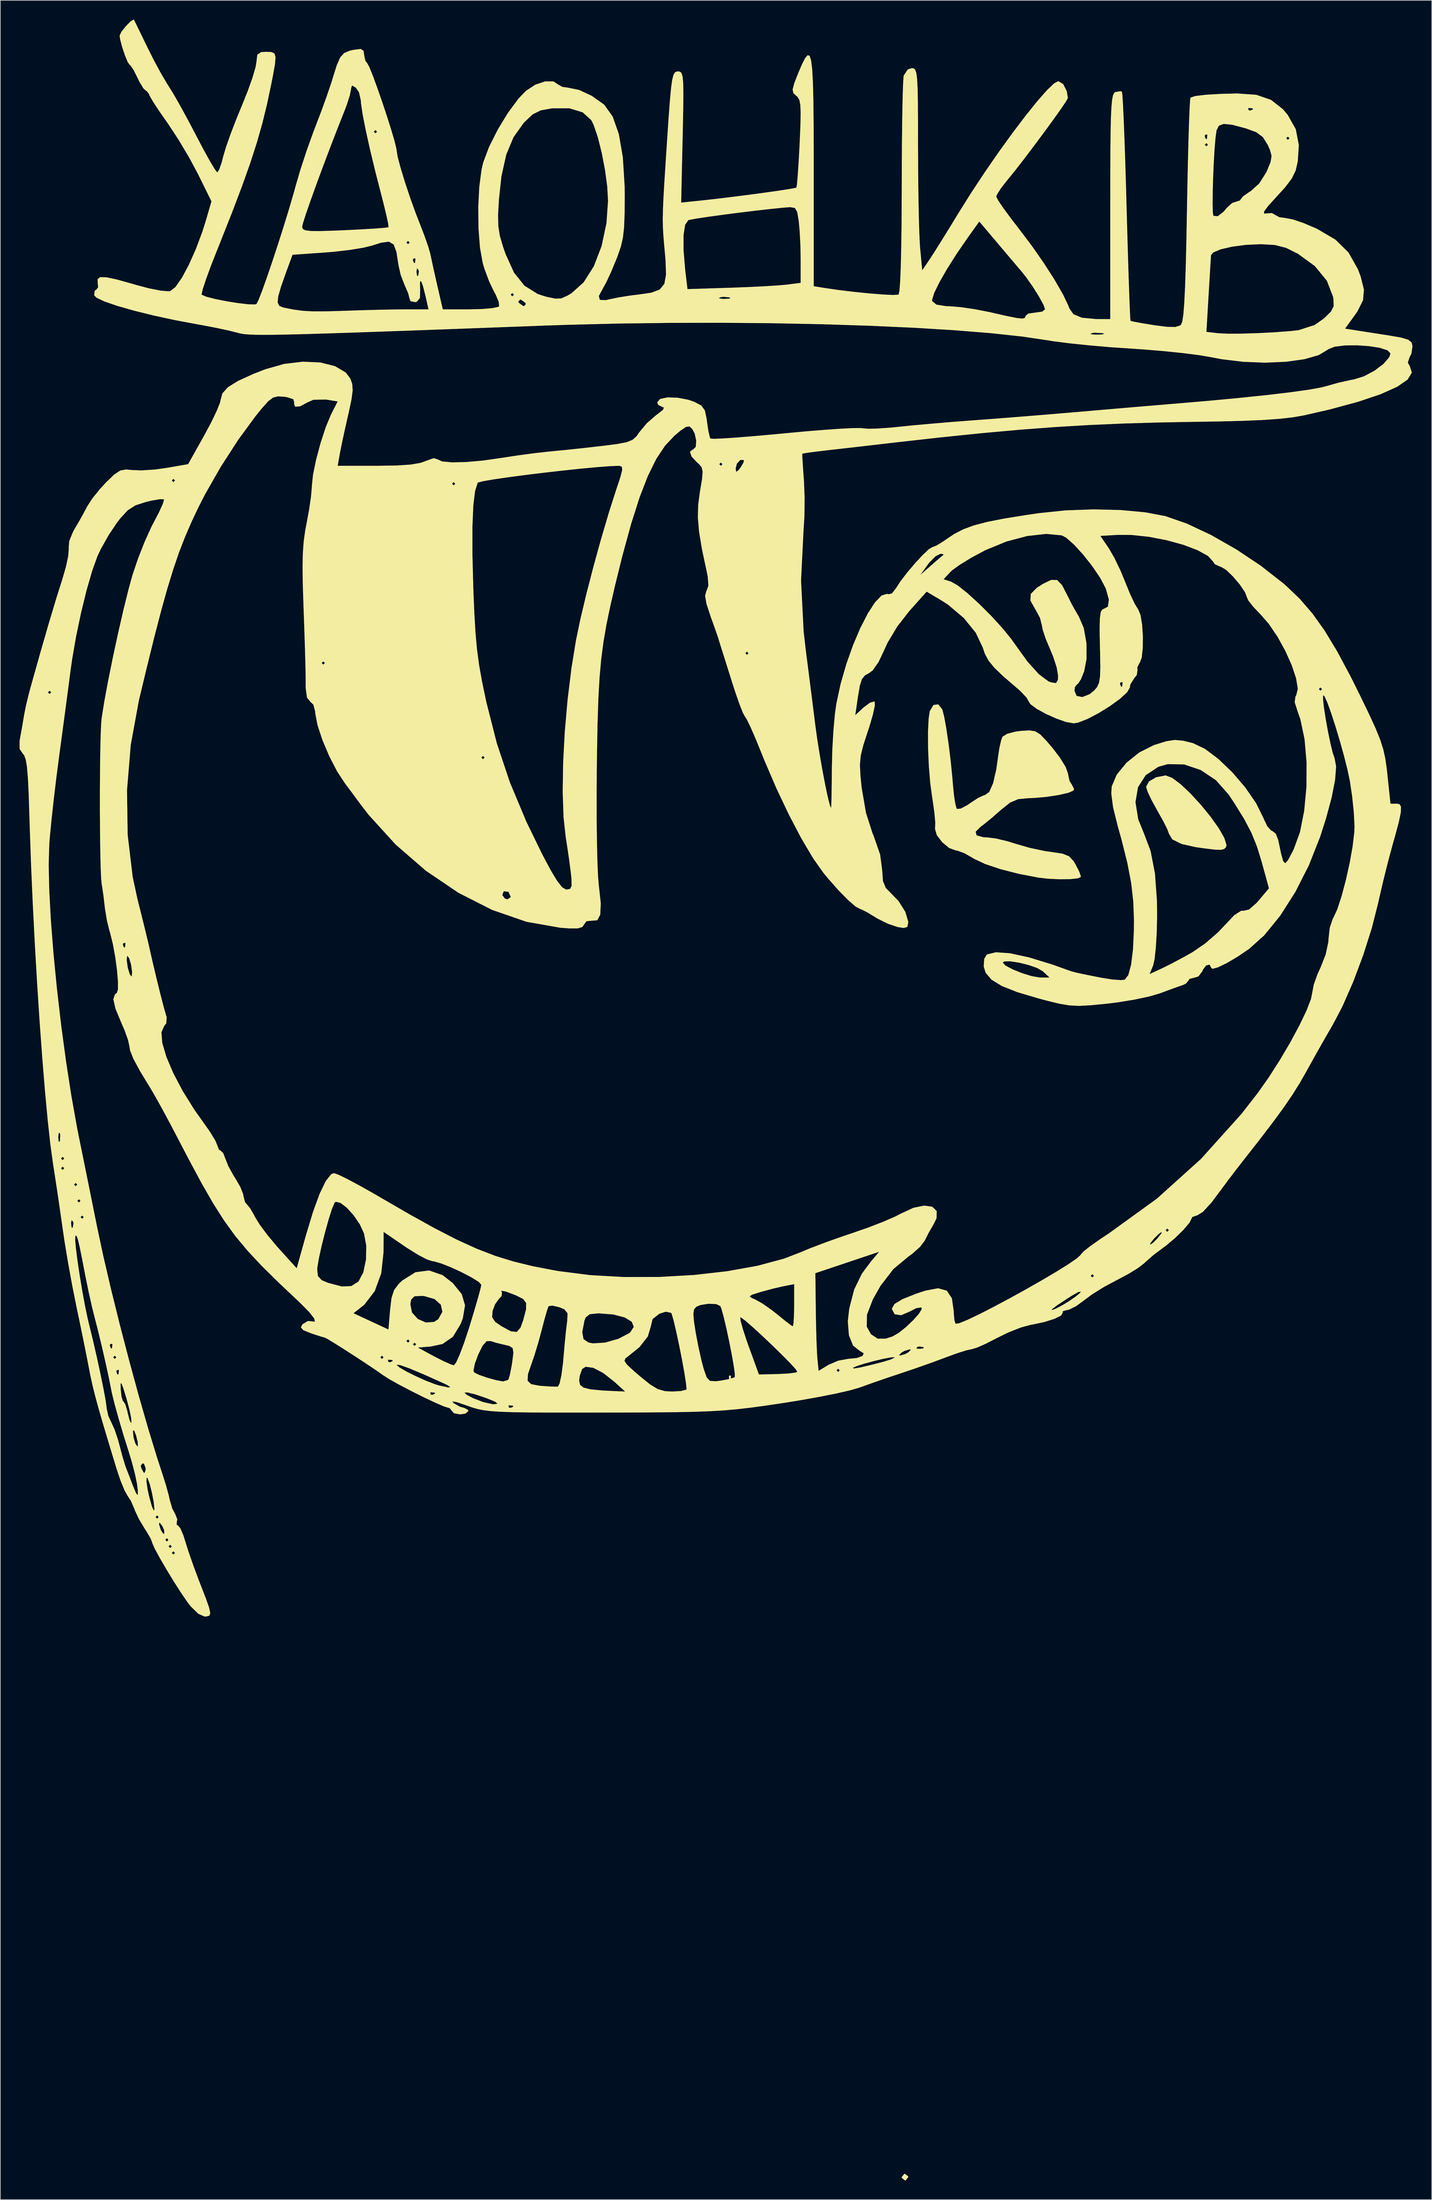
<source format=kicad_pcb>
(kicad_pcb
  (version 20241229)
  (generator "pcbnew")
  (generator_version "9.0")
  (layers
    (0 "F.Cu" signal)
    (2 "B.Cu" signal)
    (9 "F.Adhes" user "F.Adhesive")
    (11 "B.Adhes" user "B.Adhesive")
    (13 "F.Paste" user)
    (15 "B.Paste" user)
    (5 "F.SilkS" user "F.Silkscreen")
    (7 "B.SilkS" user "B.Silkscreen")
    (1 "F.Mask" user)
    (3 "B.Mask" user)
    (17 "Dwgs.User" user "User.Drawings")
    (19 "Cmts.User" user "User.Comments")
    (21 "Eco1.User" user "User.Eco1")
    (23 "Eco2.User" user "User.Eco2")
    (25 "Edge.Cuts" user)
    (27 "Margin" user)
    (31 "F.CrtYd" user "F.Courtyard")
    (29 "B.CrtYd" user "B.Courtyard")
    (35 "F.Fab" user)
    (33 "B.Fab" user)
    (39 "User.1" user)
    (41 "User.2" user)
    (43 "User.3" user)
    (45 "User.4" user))
  (footprint "logo_big"
    (layer "F.Cu")
    (at 115.169 212.293)
    (property "Reference" "logo_big" (at 0 0 0) (layer "F.SilkS") (effects (font (size 1.524 1.524) (thickness 0.3))))
    (attr through_hole)
    (fp_poly (pts (xy 23.353 123.831) (xy 23.368 123.952) (xy 22.981 124.445) (xy 22.86 124.46) (xy 22.367 124.073) (xy 22.352 123.952) (xy 22.739 123.459) (xy 22.86 123.444) (xy 23.353 123.831)) (stroke (width 0.01) (type solid)) (fill yes) (layer "F.SilkS"))
    (fp_poly (pts (xy 64.51 -94.115) (xy 65.849 -93.111) (xy 67.391 -91.653) (xy 68.988 -89.915) (xy 70.492 -88.072) (xy 71.757 -86.299) (xy 72.635 -84.771) (xy 72.979 -83.664) (xy 72.907 -83.327) (xy 72.624 -83.031) (xy 72.102 -82.9) (xy 71.125 -82.936) (xy 69.48 -83.137) (xy 68.19 -83.321) (xy 65.953 -83.824) (xy 64.526 -84.54) (xy 64.008 -85.419) (xy 64.008 -85.448) (xy 63.767 -86.104) (xy 63.134 -87.358) (xy 62.246 -88.942) (xy 62.23 -88.969) (xy 61.334 -90.597) (xy 60.695 -91.945) (xy 60.452 -92.719) (xy 60.902 -93.555) (xy 62.022 -94.211) (xy 63.466 -94.488) (xy 63.519 -94.488) (xy 64.51 -94.115)) (stroke (width 0.01) (type solid)) (fill yes) (layer "F.SilkS"))
    (fp_poly (pts (xy 28.676 -104.787) (xy 28.676 -104.786) (xy 28.972 -103.645) (xy 29.313 -101.75) (xy 29.664 -99.359) (xy 29.988 -96.731) (xy 30.248 -94.124) (xy 30.321 -93.218) (xy 30.499 -91.396) (xy 30.718 -89.988) (xy 30.931 -89.289) (xy 30.939 -89.28) (xy 31.524 -89.315) (xy 32.568 -89.858) (xy 33.018 -90.169) (xy 34.231 -90.965) (xy 35.164 -91.408) (xy 35.343 -91.44) (xy 36.005 -91.925) (xy 36.606 -93.29) (xy 37.095 -95.398) (xy 37.324 -97.032) (xy 37.573 -98.721) (xy 37.877 -100.047) (xy 38.067 -100.531) (xy 38.795 -100.982) (xy 40.154 -101.334) (xy 40.967 -101.437) (xy 42.257 -101.513) (xy 43.161 -101.375) (xy 43.964 -100.87) (xy 44.947 -99.844) (xy 45.847 -98.79) (xy 47.038 -97.234) (xy 47.9 -95.825) (xy 48.258 -94.851) (xy 48.26 -94.806) (xy 48.515 -93.627) (xy 48.861 -93.074) (xy 49.217 -92.396) (xy 49.135 -92.146) (xy 48.345 -91.795) (xy 46.854 -91.449) (xy 44.974 -91.161) (xy 43.021 -90.984) (xy 42.129 -90.954) (xy 40.525 -90.807) (xy 39.25 -90.267) (xy 37.83 -89.132) (xy 37.811 -89.115) (xy 36.427 -87.904) (xy 35.157 -86.873) (xy 34.675 -86.519) (xy 33.871 -85.72) (xy 34.031 -85.143) (xy 35.116 -84.856) (xy 35.665 -84.836) (xy 37.025 -84.667) (xy 38.844 -84.234) (xy 40.08 -83.849) (xy 42.271 -83.215) (xy 44.644 -82.713) (xy 45.723 -82.558) (xy 47.42 -82.302) (xy 48.445 -81.888) (xy 49.141 -81.142) (xy 49.406 -80.71) (xy 50.004 -79.545) (xy 50.288 -78.749) (xy 50.292 -78.699) (xy 49.833 -78.469) (xy 48.645 -78.338) (xy 47.009 -78.312) (xy 45.208 -78.397) (xy 43.688 -78.57) (xy 40.625 -79.155) (xy 37.752 -79.892) (xy 35.334 -80.701) (xy 33.634 -81.506) (xy 33.501 -81.592) (xy 32.167 -82.354) (xy 31.046 -82.775) (xy 30.811 -82.804) (xy 29.769 -83.176) (xy 28.675 -84.077) (xy 27.831 -85.184) (xy 27.539 -86.174) (xy 27.558 -86.278) (xy 27.585 -87.185) (xy 27.443 -88.767) (xy 27.164 -90.701) (xy 27.122 -90.948) (xy 26.807 -93.271) (xy 26.585 -95.962) (xy 26.464 -98.735) (xy 26.452 -101.304) (xy 26.558 -103.385) (xy 26.736 -104.521) (xy 27.295 -105.467) (xy 28.042 -105.57) (xy 28.676 -104.787)) (stroke (width 0.01) (type solid)) (fill yes) (layer "F.SilkS"))
    (fp_poly (pts (xy -97.342 -212.259) (xy -97.088 -211.757) (xy -96.499 -210.555) (xy -95.683 -208.873) (xy -95.275 -208.026) (xy -94.194 -205.88) (xy -93.076 -203.818) (xy -92.125 -202.215) (xy -91.938 -201.93) (xy -91.161 -200.672) (xy -90.075 -198.768) (xy -88.829 -196.481) (xy -87.623 -194.183) (xy -86.488 -192.024) (xy -85.5 -190.239) (xy -84.757 -188.999) (xy -84.36 -188.475) (xy -84.34 -188.468) (xy -84.038 -188.916) (xy -83.649 -190.059) (xy -83.43 -190.913) (xy -82.994 -192.395) (xy -82.254 -194.496) (xy -81.324 -196.907) (xy -80.549 -198.782) (xy -79.618 -201.092) (xy -78.865 -203.205) (xy -78.377 -204.866) (xy -78.232 -205.735) (xy -78.107 -206.817) (xy -77.517 -207.217) (xy -76.708 -207.264) (xy -75.915 -207.232) (xy -75.443 -207.017) (xy -75.266 -206.438) (xy -75.357 -205.315) (xy -75.688 -203.468) (xy -75.942 -202.184) (xy -76.602 -199.07) (xy -77.332 -196.096) (xy -78.187 -193.091) (xy -79.225 -189.882) (xy -80.5 -186.3) (xy -82.069 -182.171) (xy -83.987 -177.325) (xy -84.455 -176.162) (xy -85.384 -173.792) (xy -86.124 -171.769) (xy -86.614 -170.273) (xy -86.792 -169.483) (xy -86.777 -169.411) (xy -86.076 -169.103) (xy -84.708 -168.75) (xy -82.97 -168.402) (xy -81.158 -168.109) (xy -79.568 -167.922) (xy -78.496 -167.89) (xy -78.228 -167.964) (xy -78.114 -168.191) (xy -74.939 -168.191) (xy -74.677 -167.671) (xy -74.081 -167.42) (xy -74.048 -167.413) (xy -72.483 -167.1) (xy -71.064 -166.906) (xy -69.513 -166.816) (xy -67.553 -166.815) (xy -64.908 -166.89) (xy -64.309 -166.911) (xy -61.511 -167.002) (xy -58.692 -167.075) (xy -56.227 -167.121) (xy -54.838 -167.132) (xy -51.416 -167.132) (xy -51.898 -169.277) (xy -52.307 -170.87) (xy -52.604 -171.583) (xy -52.755 -171.378) (xy -52.724 -170.22) (xy -52.721 -170.173) (xy -52.76 -168.899) (xy -53.229 -168.329) (xy -53.467 -168.257) (xy -54.21 -168.405) (xy -54.359 -168.746) (xy -54.584 -169.645) (xy -55.12 -170.87) (xy -55.124 -170.879) (xy -55.75 -172.492) (xy -55.868 -173.016) (xy -53.3 -173.016) (xy -53.206 -172.357) (xy -53.033 -172.35) (xy -52.912 -173.029) (xy -52.993 -173.323) (xy -53.219 -173.516) (xy -53.3 -173.016) (xy -55.868 -173.016) (xy -56.096 -174.033) (xy -56.207 -174.752) (xy -53.848 -174.752) (xy -53.662 -174.334) (xy -53.509 -174.413) (xy -53.449 -175.016) (xy -53.509 -175.091) (xy -53.811 -175.021) (xy -53.848 -174.752) (xy -56.207 -174.752) (xy -56.411 -176.081) (xy -56.851 -177.252) (xy -57.361 -177.546) (xy -54.864 -177.546) (xy -54.61 -177.292) (xy -54.356 -177.546) (xy -54.61 -177.8) (xy -54.864 -177.546) (xy -57.361 -177.546) (xy -57.601 -177.684) (xy -58.845 -177.513) (xy -60.198 -177.079) (xy -61.593 -176.736) (xy -63.664 -176.4) (xy -66.073 -176.119) (xy -67.425 -176.006) (xy -72.619 -175.639) (xy -73.576 -173.036) (xy -74.402 -170.706) (xy -74.852 -169.147) (xy -74.939 -168.191) (xy -78.114 -168.191) (xy -77.898 -168.622) (xy -77.335 -170.072) (xy -76.599 -172.135) (xy -75.749 -174.63) (xy -74.846 -177.378) (xy -74.012 -179.995) (xy -71.12 -179.995) (xy -71.022 -179.662) (xy -70.625 -179.448) (xy -69.769 -179.341) (xy -68.3 -179.329) (xy -66.058 -179.399) (xy -64.466 -179.467) (xy -61.982 -179.588) (xy -59.893 -179.713) (xy -58.394 -179.826) (xy -57.678 -179.915) (xy -57.646 -179.929) (xy -57.697 -180.458) (xy -57.968 -181.748) (xy -58.411 -183.58) (xy -58.757 -184.917) (xy -59.707 -188.617) (xy -60.536 -192.061) (xy -61.148 -194.818) (xy -59.944 -194.818) (xy -59.69 -194.564) (xy -59.436 -194.818) (xy -59.69 -195.072) (xy -59.944 -194.818) (xy -61.148 -194.818) (xy -61.207 -195.087) (xy -61.686 -197.531) (xy -61.938 -199.233) (xy -61.967 -199.709) (xy -62.249 -200.961) (xy -62.738 -201.676) (xy -63.338 -202.026) (xy -63.499 -201.544) (xy -63.5 -201.451) (xy -63.683 -200.496) (xy -64.147 -199.034) (xy -64.458 -198.214) (xy -65.587 -195.368) (xy -66.748 -192.36) (xy -67.885 -189.351) (xy -68.937 -186.503) (xy -69.845 -183.978) (xy -70.551 -181.939) (xy -70.994 -180.547) (xy -71.12 -179.995) (xy -74.012 -179.995) (xy -73.948 -180.198) (xy -73.116 -182.91) (xy -72.409 -185.335) (xy -72.107 -186.436) (xy -71.369 -188.95) (xy -70.405 -191.884) (xy -69.386 -194.723) (xy -69.056 -195.58) (xy -68.131 -198.001) (xy -67.254 -200.425) (xy -66.561 -202.471) (xy -66.336 -203.2) (xy -65.716 -205.183) (xy -65.176 -206.403) (xy -64.551 -207.082) (xy -63.675 -207.443) (xy -63.094 -207.574) (xy -61.974 -207.71) (xy -61.531 -207.408) (xy -61.468 -206.849) (xy -61.258 -205.857) (xy -60.981 -205.499) (xy -60.666 -204.938) (xy -60.131 -203.624) (xy -59.449 -201.777) (xy -58.695 -199.616) (xy -57.942 -197.36) (xy -57.265 -195.229) (xy -56.737 -193.443) (xy -56.433 -192.221) (xy -56.388 -191.877) (xy -56.219 -190.867) (xy -55.762 -189.15) (xy -55.095 -186.965) (xy -54.292 -184.555) (xy -53.43 -182.159) (xy -52.813 -180.572) (xy -52.071 -178.652) (xy -51.474 -176.949) (xy -51.141 -175.807) (xy -51.129 -175.746) (xy -50.898 -174.637) (xy -50.517 -172.904) (xy -50.066 -170.912) (xy -50.043 -170.815) (xy -49.195 -167.132) (xy -44.947 -167.132) (xy -42.968 -167.185) (xy -41.404 -167.324) (xy -40.513 -167.525) (xy -40.41 -167.601) (xy -40.464 -168.293) (xy -40.485 -168.343) (xy -37.419 -168.343) (xy -37.338 -168.148) (xy -36.665 -167.659) (xy -36.516 -167.64) (xy -36.241 -167.953) (xy -36.322 -168.148) (xy -36.995 -168.637) (xy -37.144 -168.656) (xy -37.419 -168.343) (xy -40.485 -168.343) (xy -40.936 -169.418) (xy -38.608 -169.418) (xy -38.354 -169.164) (xy -38.1 -169.418) (xy -38.354 -169.672) (xy -38.608 -169.418) (xy -40.936 -169.418) (xy -40.952 -169.454) (xy -41.185 -169.874) (xy -41.954 -171.466) (xy -42.69 -173.441) (xy -42.963 -174.358) (xy -43.392 -176.768) (xy -43.624 -179.784) (xy -43.646 -181.878) (xy -40.573 -181.878) (xy -40.541 -180.126) (xy -40.3 -178.592) (xy -39.799 -176.881) (xy -39.411 -175.762) (xy -38.087 -172.847) (xy -36.449 -170.805) (xy -34.381 -169.517) (xy -33.073 -169.097) (xy -31.654 -168.799) (xy -30.707 -168.838) (xy -29.724 -169.283) (xy -29.123 -169.642) (xy -27.228 -171.341) (xy -25.64 -173.849) (xy -24.43 -176.987) (xy -23.669 -180.575) (xy -23.426 -184.063) (xy -23.553 -186.297) (xy -23.904 -188.9) (xy -24.418 -191.568) (xy -25.03 -194.001) (xy -25.678 -195.895) (xy -26.042 -196.622) (xy -27.385 -197.841) (xy -29.455 -198.468) (xy -32.126 -198.467) (xy -32.148 -198.464) (xy -33.907 -198.15) (xy -35.169 -197.531) (xy -36.427 -196.35) (xy -36.615 -196.143) (xy -38.17 -193.955) (xy -39.298 -191.255) (xy -40.051 -187.88) (xy -40.442 -184.243) (xy -40.573 -181.878) (xy -43.646 -181.878) (xy -43.658 -183.051) (xy -43.498 -186.214) (xy -43.145 -188.919) (xy -42.886 -190.027) (xy -41.964 -192.47) (xy -40.613 -195.156) (xy -39.027 -197.76) (xy -37.398 -199.961) (xy -36.248 -201.165) (xy -34.769 -202.142) (xy -33.233 -202.658) (xy -31.938 -202.654) (xy -31.242 -202.184) (xy -30.543 -201.794) (xy -29.663 -201.676) (xy -27.947 -201.326) (xy -25.97 -200.406) (xy -24.139 -199.109) (xy -23.993 -198.979) (xy -22.709 -197.181) (xy -21.75 -194.453) (xy -21.126 -190.833) (xy -20.845 -186.356) (xy -20.828 -184.818) (xy -20.848 -181.986) (xy -20.931 -179.904) (xy -21.113 -178.305) (xy -21.43 -176.923) (xy -21.919 -175.491) (xy -22.173 -174.839) (xy -22.944 -172.993) (xy -23.675 -171.416) (xy -24.205 -170.448) (xy -24.863 -169.218) (xy -24.714 -168.6) (xy -23.746 -168.57) (xy -23.607 -168.602) (xy 27.085 -168.602) (xy 27.106 -168.406) (xy 27.771 -167.864) (xy 29.292 -167.626) (xy 29.829 -167.611) (xy 31.532 -167.476) (xy 33.765 -167.149) (xy 36.076 -166.695) (xy 36.322 -166.639) (xy 38.679 -166.103) (xy 40.22 -165.792) (xy 41.115 -165.69) (xy 41.536 -165.78) (xy 41.654 -166.046) (xy 41.656 -166.116) (xy 42.097 -166.473) (xy 43.161 -166.624) (xy 43.18 -166.624) (xy 44.25 -166.774) (xy 44.704 -167.136) (xy 44.704 -167.142) (xy 44.43 -167.896) (xy 43.728 -169.173) (xy 42.776 -170.683) (xy 41.754 -172.135) (xy 41.18 -172.86) (xy 40.414 -173.766) (xy 39.213 -175.187) (xy 37.797 -176.861) (xy 37.337 -177.405) (xy 34.449 -180.82) (xy 32.728 -178.421) (xy 30.96 -175.856) (xy 29.426 -173.439) (xy 28.211 -171.321) (xy 27.402 -169.658) (xy 27.085 -168.602) (xy -23.607 -168.602) (xy -23.241 -168.687) (xy -22.485 -168.846) (xy -6.166 -168.846) (xy -5.492 -168.758) (xy -5.334 -168.755) (xy -4.466 -168.81) (xy -4.39 -168.969) (xy -4.435 -168.989) (xy -5.444 -169.09) (xy -5.959 -169.008) (xy -6.166 -168.846) (xy -22.485 -168.846) (xy -21.781 -168.995) (xy -19.848 -169.296) (xy -18.669 -169.438) (xy -16.669 -169.729) (xy -15.369 -170.221) (xy -14.649 -171.099) (xy -14.387 -172.546) (xy -14.462 -174.746) (xy -14.545 -175.717) (xy -14.696 -177.383) (xy -14.805 -178.721) (xy -11.66 -178.721) (xy -11.66 -176.333) (xy -11.403 -173.259) (xy -11.361 -172.9) (xy -11.047 -170.286) (xy -4.381 -170.497) (xy -1.659 -170.6) (xy 0.896 -170.724) (xy 3.007 -170.855) (xy 4.395 -170.977) (xy 4.445 -170.984) (xy 6.604 -171.258) (xy 6.604 -174.966) (xy 6.56 -177.203) (xy 6.443 -179.389) (xy 6.296 -180.923) (xy 6.065 -182.304) (xy 5.702 -182.933) (xy 4.942 -183.063) (xy 4.137 -183.004) (xy 2.078 -182.797) (xy -0.365 -182.521) (xy -2.974 -182.203) (xy -5.532 -181.872) (xy -7.821 -181.557) (xy -9.623 -181.286) (xy -10.72 -181.088) (xy -10.913 -181.035) (xy -11.409 -180.322) (xy -11.66 -178.721) (xy -14.805 -178.721) (xy -14.807 -178.749) (xy -14.875 -179.982) (xy -14.895 -181.248) (xy -14.866 -182.714) (xy -14.784 -184.546) (xy -14.647 -186.911) (xy -14.451 -189.976) (xy -14.224 -193.421) (xy -13.984 -196.999) (xy -13.783 -199.688) (xy -13.602 -201.614) (xy -13.422 -202.904) (xy -13.223 -203.682) (xy -12.985 -204.074) (xy -12.689 -204.207) (xy -12.543 -204.216) (xy -12.214 -204.172) (xy -11.974 -203.954) (xy -11.812 -203.43) (xy -11.72 -202.471) (xy -11.687 -200.947) (xy -11.705 -198.726) (xy -11.763 -195.68) (xy -11.801 -193.993) (xy -12.031 -183.769) (xy -9.191 -184.061) (xy -6.976 -184.304) (xy -4.457 -184.605) (xy -1.833 -184.938) (xy 0.695 -185.275) (xy 2.93 -185.589) (xy 4.672 -185.854) (xy 5.722 -186.043) (xy 5.937 -186.107) (xy 6.028 -186.655) (xy 6.148 -188.025) (xy 6.282 -190.023) (xy 6.417 -192.457) (xy 6.445 -193.042) (xy 6.565 -195.816) (xy 6.603 -197.749) (xy 6.548 -199.017) (xy 6.387 -199.792) (xy 6.107 -200.249) (xy 5.905 -200.422) (xy 5.457 -200.846) (xy 5.349 -201.404) (xy 5.604 -202.367) (xy 6.204 -203.904) (xy 6.796 -205.298) (xy 7.284 -206.262) (xy 7.678 -206.734) (xy 7.987 -206.651) (xy 8.222 -205.952) (xy 8.393 -204.574) (xy 8.51 -202.456) (xy 8.583 -199.534) (xy 8.621 -195.747) (xy 8.635 -191.032) (xy 8.636 -188.745) (xy 8.636 -170.734) (xy 10.287 -170.468) (xy 12.503 -170.146) (xy 14.906 -169.855) (xy 17.266 -169.616) (xy 19.355 -169.448) (xy 20.943 -169.373) (xy 21.803 -169.41) (xy 21.87 -169.434) (xy 22.002 -170.013) (xy 22.116 -171.52) (xy 22.212 -173.866) (xy 22.285 -176.965) (xy 22.335 -180.727) (xy 22.358 -185.064) (xy 22.359 -186.085) (xy 22.37 -190.11) (xy 22.398 -193.846) (xy 22.44 -197.162) (xy 22.495 -199.928) (xy 22.559 -202.011) (xy 22.631 -203.28) (xy 22.672 -203.581) (xy 23.297 -204.514) (xy 23.935 -204.724) (xy 24.234 -204.677) (xy 24.464 -204.457) (xy 24.633 -203.946) (xy 24.751 -203.025) (xy 24.827 -201.575) (xy 24.87 -199.477) (xy 24.89 -196.614) (xy 24.895 -192.866) (xy 24.896 -192.405) (xy 24.91 -188.739) (xy 24.949 -185.205) (xy 25.009 -181.999) (xy 25.084 -179.315) (xy 25.173 -177.346) (xy 25.224 -176.648) (xy 25.549 -173.211) (xy 26.674 -174.87) (xy 27.374 -175.947) (xy 28.452 -177.661) (xy 29.763 -179.777) (xy 31.161 -182.063) (xy 31.195 -182.118) (xy 33.179 -185.284) (xy 35.302 -188.497) (xy 37.477 -191.642) (xy 39.618 -194.604) (xy 41.639 -197.271) (xy 43.454 -199.527) (xy 44.975 -201.258) (xy 46.116 -202.35) (xy 46.753 -202.692) (xy 47.522 -202.243) (xy 48.086 -201.129) (xy 48.253 -200.061) (xy 47.966 -199.537) (xy 47.183 -198.378) (xy 46.028 -196.753) (xy 44.625 -194.83) (xy 43.1 -192.778) (xy 41.578 -190.767) (xy 40.182 -188.964) (xy 39.037 -187.539) (xy 38.781 -187.234) (xy 37.812 -185.994) (xy 37.202 -185.021) (xy 37.092 -184.694) (xy 37.394 -184.098) (xy 38.207 -182.896) (xy 39.403 -181.27) (xy 40.662 -179.642) (xy 42.652 -177.007) (xy 44.545 -174.287) (xy 46.211 -171.686) (xy 47.521 -169.409) (xy 48.347 -167.659) (xy 48.467 -167.314) (xy 49.122 -166.368) (xy 50.464 -165.82) (xy 52.628 -165.618) (xy 52.959 -165.615) (xy 54.864 -165.608) (xy 54.864 -183.15) (xy 54.869 -187.89) (xy 54.885 -191.713) (xy 54.918 -194.715) (xy 54.971 -196.996) (xy 55.049 -198.653) (xy 55.156 -199.785) (xy 55.297 -200.489) (xy 55.476 -200.864) (xy 55.648 -200.993) (xy 56.463 -201.126) (xy 56.683 -201.042) (xy 56.755 -200.493) (xy 56.846 -199.046) (xy 56.951 -196.818) (xy 57.066 -193.927) (xy 57.186 -190.491) (xy 57.306 -186.626) (xy 57.404 -183.134) (xy 57.518 -179.007) (xy 57.63 -175.214) (xy 57.736 -171.872) (xy 57.833 -169.099) (xy 57.916 -167.01) (xy 57.981 -165.721) (xy 58.02 -165.342) (xy 58.556 -165.204) (xy 59.831 -164.968) (xy 61.576 -164.682) (xy 61.718 -164.66) (xy 63.749 -164.398) (xy 65.017 -164.382) (xy 65.746 -164.616) (xy 65.903 -164.746) (xy 66.092 -165.222) (xy 66.257 -166.293) (xy 66.399 -168.03) (xy 66.524 -170.503) (xy 66.635 -173.784) (xy 66.736 -177.945) (xy 66.822 -182.622) (xy 66.838 -183.491) (xy 70.816 -183.491) (xy 70.854 -182.193) (xy 70.939 -181.706) (xy 71.631 -181.643) (xy 72.578 -182.386) (xy 73.054 -182.976) (xy 73.889 -183.717) (xy 74.451 -183.896) (xy 75.111 -184.11) (xy 75.187 -184.277) (xy 75.587 -184.758) (xy 76.562 -185.436) (xy 76.735 -185.537) (xy 78.064 -186.718) (xy 79.19 -188.479) (xy 79.281 -188.678) (xy 79.86 -190.095) (xy 80.014 -191.05) (xy 79.759 -191.999) (xy 79.412 -192.761) (xy 78.768 -193.802) (xy 82.296 -193.802) (xy 82.55 -193.548) (xy 82.804 -193.802) (xy 82.55 -194.056) (xy 82.296 -193.802) (xy 78.768 -193.802) (xy 78.665 -193.968) (xy 77.629 -194.741) (xy 76.009 -195.336) (xy 73.908 -195.891) (xy 72.565 -196.038) (xy 71.802 -195.762) (xy 71.438 -195.048) (xy 71.416 -194.945) (xy 71.26 -193.779) (xy 71.116 -192.001) (xy 70.99 -189.848) (xy 70.893 -187.554) (xy 70.832 -185.357) (xy 70.816 -183.491) (xy 66.838 -183.491) (xy 66.897 -186.707) (xy 66.981 -190.461) (xy 67.042 -192.786) (xy 69.596 -192.786) (xy 69.85 -192.532) (xy 70.104 -192.786) (xy 69.85 -193.04) (xy 69.596 -192.786) (xy 67.042 -192.786) (xy 67.068 -193.767) (xy 67.078 -194.056) (xy 69.596 -194.056) (xy 69.782 -193.638) (xy 69.935 -193.717) (xy 69.995 -194.32) (xy 69.935 -194.395) (xy 69.633 -194.325) (xy 69.596 -194.056) (xy 67.078 -194.056) (xy 67.156 -196.504) (xy 67.238 -198.459) (xy 76.369 -198.459) (xy 76.439 -198.157) (xy 76.708 -198.12) (xy 77.126 -198.306) (xy 77.047 -198.459) (xy 76.444 -198.519) (xy 76.369 -198.459) (xy 67.238 -198.459) (xy 67.241 -198.554) (xy 67.32 -199.797) (xy 67.372 -200.129) (xy 68.127 -200.376) (xy 69.774 -200.574) (xy 72.191 -200.713) (xy 74.676 -200.774) (xy 77.627 -200.565) (xy 79.915 -199.783) (xy 81.774 -198.326) (xy 82.52 -197.443) (xy 83.778 -195.219) (xy 84.257 -192.737) (xy 84.091 -190.179) (xy 83.769 -188.777) (xy 83.161 -187.519) (xy 82.091 -186.114) (xy 80.855 -184.762) (xy 79.46 -183.223) (xy 78.808 -182.323) (xy 78.88 -182.033) (xy 79.078 -182.072) (xy 80.069 -182.137) (xy 80.505 -181.885) (xy 81.208 -181.492) (xy 82.213 -181.356) (xy 83.337 -181.14) (xy 85.019 -180.569) (xy 86.919 -179.762) (xy 87.145 -179.654) (xy 89.967 -177.991) (xy 91.995 -175.997) (xy 93.448 -173.432) (xy 93.894 -172.263) (xy 94.407 -170.217) (xy 94.267 -168.551) (xy 93.406 -166.833) (xy 92.976 -166.213) (xy 91.464 -164.126) (xy 93.103 -163.868) (xy 94.453 -163.657) (xy 96.376 -163.359) (xy 98.319 -163.057) (xy 100.211 -162.727) (xy 101.308 -162.4) (xy 101.826 -161.981) (xy 101.978 -161.412) (xy 101.806 -160.219) (xy 101.514 -159.662) (xy 101.254 -158.819) (xy 101.547 -158.306) (xy 101.877 -157.272) (xy 101.214 -156.187) (xy 99.576 -155.059) (xy 96.984 -153.899) (xy 93.458 -152.716) (xy 89.017 -151.519) (xy 85.185 -150.637) (xy 83.442 -150.325) (xy 81.327 -150.08) (xy 78.698 -149.892) (xy 75.414 -149.754) (xy 71.334 -149.655) (xy 68.675 -149.614) (xy 62.611 -149.508) (xy 56.968 -149.343) (xy 51.555 -149.107) (xy 46.179 -148.786) (xy 40.646 -148.365) (xy 34.766 -147.832) (xy 28.345 -147.172) (xy 21.191 -146.371) (xy 18.034 -146.003) (xy 16.278 -145.8) (xy 13.968 -145.536) (xy 11.559 -145.264) (xy 11.199 -145.223) (xy 9.25 -144.994) (xy 7.748 -144.796) (xy 6.931 -144.662) (xy 6.848 -144.634) (xy 6.858 -144.115) (xy 6.935 -142.831) (xy 7.063 -141.029) (xy 7.106 -140.462) (xy 7.213 -137.831) (xy 7.185 -134.943) (xy 7.04 -132.588) (xy 6.656 -124.851) (xy 7.061 -116.926) (xy 7.393 -114.027) (xy 7.797 -110.887) (xy 8.242 -107.39) (xy 8.662 -104.061) (xy 8.874 -102.362) (xy 9.173 -100.194) (xy 9.556 -97.79) (xy 9.982 -95.355) (xy 10.412 -93.094) (xy 10.808 -91.213) (xy 11.129 -89.916) (xy 11.338 -89.409) (xy 11.344 -89.408) (xy 11.379 -89.884) (xy 11.414 -91.182) (xy 11.443 -93.106) (xy 11.464 -95.464) (xy 11.465 -95.631) (xy 11.538 -98.512) (xy 11.707 -101.461) (xy 11.946 -104.088) (xy 12.164 -105.664) (xy 12.823 -108.731) (xy 13.708 -111.808) (xy 14.753 -114.759) (xy 15.892 -117.445) (xy 17.061 -119.729) (xy 18.193 -121.473) (xy 19.224 -122.54) (xy 20.089 -122.793) (xy 20.264 -122.717) (xy 20.841 -122.871) (xy 21.439 -123.636) (xy 22.16 -124.749) (xy 22.403 -125.064) (xy 28.869 -125.064) (xy 30.055 -124.688) (xy 31.108 -124.085) (xy 32.616 -122.883) (xy 34.389 -121.269) (xy 36.236 -119.429) (xy 37.966 -117.547) (xy 39.389 -115.811) (xy 39.922 -115.062) (xy 41.927 -112.275) (xy 43.711 -110.287) (xy 45.215 -109.162) (xy 45.596 -109.006) (xy 46.411 -108.879) (xy 46.704 -109.39) (xy 46.731 -110.075) (xy 46.514 -111.329) (xy 45.962 -113.032) (xy 45.461 -114.223) (xy 44.768 -115.879) (xy 44.309 -117.296) (xy 44.196 -117.955) (xy 43.91 -119.047) (xy 43.213 -120.347) (xy 43.133 -120.463) (xy 42.414 -121.765) (xy 42.479 -122.775) (xy 43.4 -123.723) (xy 44.338 -124.327) (xy 45.66 -124.969) (xy 46.587 -124.943) (xy 47.357 -124.142) (xy 48.116 -122.668) (xy 48.93 -121.039) (xy 49.775 -119.565) (xy 49.936 -119.317) (xy 50.729 -117.475) (xy 51.152 -115.103) (xy 51.161 -112.633) (xy 50.792 -110.72) (xy 50.289 -109.476) (xy 49.825 -108.771) (xy 49.703 -108.712) (xy 49.356 -108.286) (xy 49.276 -107.696) (xy 49.627 -106.883) (xy 50.507 -106.705) (xy 51.654 -107.159) (xy 52.367 -107.739) (xy 52.825 -108.279) (xy 53.017 -108.712) (xy 56.388 -108.712) (xy 56.574 -108.294) (xy 56.727 -108.373) (xy 56.787 -108.976) (xy 56.727 -109.051) (xy 56.425 -108.981) (xy 56.388 -108.712) (xy 53.017 -108.712) (xy 53.118 -108.94) (xy 53.274 -109.928) (xy 53.319 -111.452) (xy 53.28 -113.72) (xy 53.256 -114.597) (xy 53.206 -117.224) (xy 53.245 -118.973) (xy 53.384 -119.978) (xy 53.636 -120.376) (xy 53.737 -120.397) (xy 54.496 -120.789) (xy 54.651 -121.887) (xy 54.188 -123.568) (xy 54.135 -123.697) (xy 53.29 -125.293) (xy 52.063 -127.106) (xy 50.643 -128.906) (xy 49.222 -130.463) (xy 47.991 -131.547) (xy 47.318 -131.908) (xy 44.874 -132.143) (xy 41.9 -131.806) (xy 38.667 -130.949) (xy 35.446 -129.626) (xy 35.233 -129.52) (xy 33.238 -128.446) (xy 31.482 -127.379) (xy 30.252 -126.498) (xy 29.983 -126.25) (xy 28.869 -125.064) (xy 22.403 -125.064) (xy 22.916 -125.73) (xy 25.246 -125.73) (xy 26.972 -127.254) (xy 28.052 -128.195) (xy 28.776 -128.804) (xy 28.911 -128.905) (xy 28.707 -129.016) (xy 28.374 -129.032) (xy 27.619 -128.649) (xy 26.677 -127.698) (xy 26.435 -127.381) (xy 25.246 -125.73) (xy 22.916 -125.73) (xy 23.235 -126.144) (xy 24.467 -127.596) (xy 25.656 -128.88) (xy 26.606 -129.769) (xy 27.081 -130.048) (xy 27.791 -130.326) (xy 28.9 -131.014) (xy 29.162 -131.201) (xy 30.516 -132.108) (xy 31.944 -132.846) (xy 33.618 -133.464) (xy 35.709 -134.011) (xy 38.389 -134.535) (xy 41.828 -135.087) (xy 43.753 -135.369) (xy 47.898 -135.798) (xy 52.247 -135.957) (xy 56.5 -135.853) (xy 60.359 -135.493) (xy 63.459 -134.902) (xy 66.818 -133.735) (xy 70.594 -131.955) (xy 74.533 -129.707) (xy 78.378 -127.14) (xy 81.874 -124.401) (xy 82.293 -124.037) (xy 84.423 -121.994) (xy 86.384 -119.721) (xy 88.282 -117.059) (xy 90.225 -113.849) (xy 92.32 -109.933) (xy 93.733 -107.101) (xy 95.164 -104.141) (xy 96.207 -101.874) (xy 96.935 -100.087) (xy 97.422 -98.569) (xy 97.743 -97.108) (xy 97.97 -95.493) (xy 98.058 -94.697) (xy 98.269 -92.689) (xy 98.435 -91.121) (xy 98.53 -90.224) (xy 98.543 -90.099) (xy 98.972 -90.073) (xy 99.441 -90.099) (xy 99.945 -90.029) (xy 100.188 -89.621) (xy 100.158 -88.734) (xy 99.844 -87.223) (xy 99.233 -84.944) (xy 98.913 -83.82) (xy 98.209 -81.224) (xy 97.449 -78.192) (xy 96.773 -75.284) (xy 96.632 -74.635) (xy 95.628 -70.681) (xy 94.28 -66.448) (xy 92.71 -62.268) (xy 91.042 -58.474) (xy 89.598 -55.728) (xy 88.363 -53.589) (xy 86.933 -51.063) (xy 85.596 -48.659) (xy 85.46 -48.412) (xy 84.403 -46.559) (xy 83.254 -44.723) (xy 81.898 -42.739) (xy 80.218 -40.444) (xy 78.1 -37.676) (xy 75.828 -34.777) (xy 74.494 -33.067) (xy 73.275 -31.469) (xy 72.423 -30.314) (xy 72.39 -30.268) (xy 70.641 -27.932) (xy 69.316 -26.49) (xy 68.396 -25.92) (xy 68.281 -25.908) (xy 67.634 -25.67) (xy 67.564 -25.491) (xy 67.2 -24.776) (xy 66.261 -23.67) (xy 64.973 -22.408) (xy 63.564 -21.222) (xy 62.992 -20.804) (xy 61.586 -19.744) (xy 60.378 -18.693) (xy 60.198 -18.512) (xy 59.23 -17.755) (xy 57.672 -16.794) (xy 55.88 -15.847) (xy 53.908 -14.792) (xy 52.038 -13.629) (xy 50.8 -12.711) (xy 49.532 -11.781) (xy 48.422 -11.236) (xy 48.103 -11.177) (xy 47.458 -10.995) (xy 47.441 -10.76) (xy 47.203 -10.328) (xy 46.186 -9.82) (xy 44.617 -9.321) (xy 42.719 -8.914) (xy 42.418 -8.866) (xy 40.91 -8.456) (xy 38.974 -7.69) (xy 37.194 -6.819) (xy 35.51 -5.955) (xy 34.11 -5.332) (xy 33.286 -5.081) (xy 33.267 -5.08) (xy 32.438 -4.905) (xy 30.992 -4.448) (xy 29.347 -3.848) (xy 27.171 -3.039) (xy 24.603 -2.131) (xy 22.352 -1.371) (xy 20.036 -0.597) (xy 17.651 0.228) (xy 15.748 0.912) (xy 14.332 1.325) (xy 12.132 1.828) (xy 9.375 2.376) (xy 6.283 2.925) (xy 3.556 3.358) (xy 1.008 3.733) (xy -1.218 4.036) (xy -3.277 4.273) (xy -5.323 4.454) (xy -7.51 4.586) (xy -9.992 4.678) (xy -12.925 4.737) (xy -16.462 4.772) (xy -20.757 4.79) (xy -24.13 4.797) (xy -28.939 4.802) (xy -32.847 4.798) (xy -35.969 4.778) (xy -38.419 4.737) (xy -40.313 4.667) (xy -41.765 4.565) (xy -42.89 4.423) (xy -43.804 4.236) (xy -44.62 3.997) (xy -45.386 3.725) (xy -38.947 3.725) (xy -38.877 4.027) (xy -38.608 4.064) (xy -38.19 3.878) (xy -38.269 3.725) (xy -38.872 3.665) (xy -38.947 3.725) (xy -45.386 3.725) (xy -45.454 3.701) (xy -45.466 3.697) (xy -46.986 3.18) (xy -47.691 3.05) (xy -47.528 3.316) (xy -46.497 3.904) (xy -45.877 4.064) (xy -45.266 4.373) (xy -45.212 4.572) (xy -45.647 4.954) (xy -46.482 5.08) (xy -47.437 4.906) (xy -47.752 4.572) (xy -48.143 4.084) (xy -48.29 4.064) (xy -49.017 3.839) (xy -50.391 3.246) (xy -52.17 2.406) (xy -53.598 1.693) (xy -51.139 1.693) (xy -51.069 1.995) (xy -50.8 2.032) (xy -50.382 1.846) (xy -50.461 1.693) (xy -50.583 1.681) (xy -45.818 1.681) (xy -45.515 2.002) (xy -44.45 2.568) (xy -42.882 3.168) (xy -41.464 3.487) (xy -41.148 3.503) (xy -40.653 3.401) (xy -41.028 3.104) (xy -42.327 2.574) (xy -42.418 2.54) (xy -44.173 1.949) (xy -45.339 1.663) (xy -45.818 1.681) (xy -50.583 1.681) (xy -51.064 1.633) (xy -51.139 1.693) (xy -53.598 1.693) (xy -54.11 1.438) (xy -55.971 0.464) (xy -57.507 -0.395) (xy -58.42 -0.976) (xy -59.516 -1.745) (xy -60.843 -2.636) (xy -56.388 -2.636) (xy -55.962 -2.241) (xy -54.87 -1.604) (xy -53.388 -0.863) (xy -51.795 -0.15) (xy -50.367 0.399) (xy -49.784 0.575) (xy -48.412 0.875) (xy -47.985 0.849) (xy -48.511 0.498) (xy -49.022 0.254) (xy -52.117 -1.134) (xy -53.68 -1.79) (xy -44.403 -1.79) (xy -44.334 -1.474) (xy -43.61 -1.1) (xy -42.323 -0.648) (xy -40.905 -0.251) (xy -39.787 -0.046) (xy -39.781 -0.046) (xy -39.425 -0.154) (xy -35.974 -0.154) (xy -35.412 0.377) (xy -34.149 0.617) (xy -33.909 0.639) (xy -32.451 0.741) (xy -31.418 0.767) (xy -31.242 0.755) (xy -30.973 0.251) (xy -30.884 -0.159) (xy -27.932 -0.159) (xy -27.794 0.478) (xy -27.255 0.91) (xy -26.146 1.187) (xy -24.296 1.362) (xy -22.702 1.443) (xy -20.765 1.524) (xy -22.404 0.027) (xy -24.175 -1.367) (xy -25.736 -2.179) (xy -26.92 -2.342) (xy -27.471 -1.986) (xy -27.851 -0.897) (xy -27.932 -0.159) (xy -30.884 -0.159) (xy -30.696 -1.028) (xy -30.456 -2.843) (xy -30.419 -3.25) (xy -20.865 -3.25) (xy -20.493 -2.686) (xy -19.511 -1.77) (xy -18.489 -0.889) (xy -16.889 0.41) (xy -15.684 1.143) (xy -14.554 1.462) (xy -13.425 1.524) (xy -12.076 1.447) (xy -11.276 1.253) (xy -11.182 1.143) (xy -11.287 0.111) (xy -11.551 -1.545) (xy -11.922 -3.578) (xy -12.352 -5.74) (xy -12.788 -7.782) (xy -13.182 -9.457) (xy -13.483 -10.516) (xy -13.529 -10.614) (xy -10.134 -10.614) (xy -10.032 -9.362) (xy -9.761 -7.644) (xy -9.349 -5.478) (xy -8.884 -3.39) (xy -8.51 -1.979) (xy -8.058 -0.687) (xy -7.546 -0.134) (xy -6.632 -0.08) (xy -5.927 -0.165) (xy -4.596 -0.405) (xy -3.752 -0.676) (xy -3.669 -0.734) (xy -3.666 -1.299) (xy -3.849 -2.601) (xy -4.166 -4.39) (xy -4.567 -6.416) (xy -5.001 -8.427) (xy -5.387 -10.054) (xy -2.815 -10.054) (xy -2.763 -9.499) (xy -2.414 -8.221) (xy -1.834 -6.448) (xy -1.486 -5.469) (xy 0.093 -1.133) (xy 3.09 -1.202) (xy 4.684 -1.283) (xy 5.773 -1.424) (xy 6.092 -1.561) (xy 5.755 -2.043) (xy 4.855 -3.02) (xy 3.563 -4.325) (xy 2.054 -5.795) (xy 0.498 -7.266) (xy -0.932 -8.573) (xy -2.063 -9.551) (xy -2.722 -10.035) (xy -2.815 -10.054) (xy -5.387 -10.054) (xy -5.416 -10.174) (xy -5.761 -11.405) (xy -5.925 -11.811) (xy -6.602 -12.115) (xy -7.793 -12.16) (xy -9.03 -11.96) (xy -9.634 -11.706) (xy -10.004 -11.317) (xy -10.134 -10.614) (xy -13.529 -10.614) (xy -13.592 -10.747) (xy -14.436 -10.92) (xy -15.417 -10.611) (xy -16.49 -9.77) (xy -16.764 -8.629) (xy -17.226 -7.072) (xy -18.515 -5.418) (xy -20.178 -4.064) (xy -20.728 -3.647) (xy -20.865 -3.25) (xy -30.419 -3.25) (xy -30.388 -3.597) (xy -30.194 -5.806) (xy -30.003 -7.722) (xy -27.455 -7.722) (xy -27.252 -6.639) (xy -26.436 -6.102) (xy -25.781 -5.983) (xy -23.901 -6.101) (xy -21.831 -6.685) (xy -20.135 -7.57) (xy -19.978 -7.693) (xy -19.411 -8.56) (xy -19.739 -9.363) (xy -20.842 -10.029) (xy -22.6 -10.487) (xy -24.891 -10.665) (xy -24.96 -10.665) (xy -26.275 -10.534) (xy -26.924 -10.02) (xy -27.112 -9.525) (xy -27.455 -7.722) (xy -30.003 -7.722) (xy -29.993 -7.819) (xy -29.822 -9.271) (xy -29.79 -9.489) (xy -29.737 -10.661) (xy -30.229 -11.285) (xy -31.015 -11.617) (xy -32.109 -11.875) (xy -32.704 -11.783) (xy -32.709 -11.776) (xy -32.937 -11.134) (xy -33.32 -9.798) (xy -33.759 -8.123) (xy -34.319 -6.059) (xy -34.92 -4.086) (xy -35.328 -2.911) (xy -35.919 -1.181) (xy -35.974 -0.154) (xy -39.425 -0.154) (xy -39.037 -0.271) (xy -38.941 -0.381) (xy -38.731 -1.076) (xy -38.471 -2.394) (xy -38.357 -3.102) (xy -38.181 -4.531) (xy -38.301 -5.261) (xy -38.841 -5.593) (xy -39.45 -5.734) (xy -40.826 -6.065) (xy -41.742 -6.353) (xy -42.367 -6.325) (xy -42.987 -5.615) (xy -43.658 -4.266) (xy -44.193 -2.836) (xy -44.403 -1.79) (xy -53.68 -1.79) (xy -54.394 -2.089) (xy -55.824 -2.601) (xy -56.381 -2.661) (xy -56.388 -2.636) (xy -60.843 -2.636) (xy -61.043 -2.771) (xy -61.981 -3.387) (xy -57.743 -3.387) (xy -57.673 -3.085) (xy -57.404 -3.048) (xy -56.986 -3.234) (xy -57.065 -3.387) (xy -57.668 -3.447) (xy -57.743 -3.387) (xy -61.981 -3.387) (xy -62.626 -3.81) (xy -58.928 -3.81) (xy -58.674 -3.556) (xy -58.42 -3.81) (xy -58.674 -4.064) (xy -58.928 -3.81) (xy -62.626 -3.81) (xy -62.785 -3.914) (xy -64.525 -5.036) (xy -65.801 -5.842) (xy -53.848 -5.842) (xy -53.594 -5.588) (xy -53.34 -5.842) (xy -53.594 -6.096) (xy -53.848 -5.842) (xy -65.801 -5.842) (xy -66.047 -5.997) (xy -66.629 -6.35) (xy -54.864 -6.35) (xy -54.61 -6.096) (xy -54.356 -6.35) (xy -54.61 -6.604) (xy -54.864 -6.35) (xy -66.629 -6.35) (xy -67.135 -6.657) (xy -67.564 -6.878) (xy -68.163 -7.043) (xy -69.342 -7.425) (xy -69.746 -7.562) (xy -70.94 -8.048) (xy -71.305 -8.481) (xy -71.062 -8.96) (xy -70.233 -9.461) (xy -69.769 -9.437) (xy -69.131 -9.359) (xy -69.234 -9.864) (xy -69.872 -10.679) (xy -63.116 -10.679) (xy -60.387 -9.411) (xy -57.658 -8.144) (xy -57.402 -11.227) (xy -57.295 -12.114) (xy -54.258 -12.114) (xy -53.994 -10.795) (xy -53.08 -9.779) (xy -51.825 -9.234) (xy -50.54 -9.326) (xy -49.886 -9.754) (xy -49.252 -10.908) (xy -49.496 -12.016) (xy -50.488 -12.895) (xy -52.099 -13.36) (xy -52.437 -13.386) (xy -53.605 -13.324) (xy -54.113 -12.834) (xy -54.258 -12.114) (xy -57.295 -12.114) (xy -57.178 -13.075) (xy -56.78 -14.293) (xy -56.046 -15.265) (xy -55.489 -15.791) (xy -53.443 -17.07) (xy -51.332 -17.343) (xy -49.218 -16.613) (xy -47.646 -15.391) (xy -46.237 -13.651) (xy -45.728 -11.916) (xy -46.067 -9.907) (xy -46.412 -9.001) (xy -47.605 -7.021) (xy -49.231 -5.89) (xy -51.054 -5.499) (xy -53.086 -5.334) (xy -50.546 -3.961) (xy -49.06 -3.203) (xy -47.903 -2.694) (xy -47.456 -2.564) (xy -47.105 -3.011) (xy -46.547 -4.25) (xy -45.856 -6.095) (xy -45.106 -8.361) (xy -45.043 -8.563) (xy -44.582 -10.078) (xy -41.51 -10.078) (xy -41.037 -9.343) (xy -40.054 -8.66) (xy -38.582 -7.866) (xy -37.67 -7.761) (xy -37.079 -8.41) (xy -36.656 -9.584) (xy -36.209 -11.268) (xy -36.191 -12.284) (xy -36.689 -12.923) (xy -37.449 -13.301) (xy -1.364 -13.301) (xy -0.963 -13.023) (xy -0.497 -12.828) (xy 0.622 -12.204) (xy 2.087 -11.179) (xy 2.98 -10.471) (xy 4.211 -9.471) (xy 5.095 -8.804) (xy 5.382 -8.636) (xy 5.487 -9.099) (xy 5.561 -10.311) (xy 5.588 -11.925) (xy 5.588 -15.215) (xy 3.937 -14.894) (xy 2.319 -14.525) (xy 0.506 -14.037) (xy 0.254 -13.962) (xy -0.992 -13.564) (xy -1.364 -13.301) (xy -37.449 -13.301) (xy -37.79 -13.471) (xy -37.83 -13.488) (xy -39.359 -14.067) (xy -40.081 -14.198) (xy -39.971 -13.893) (xy -40.023 -13.363) (xy -40.366 -13.004) (xy -41.029 -12.108) (xy -41.424 -11.072) (xy -41.51 -10.078) (xy -44.582 -10.078) (xy -44.329 -10.913) (xy -43.741 -12.924) (xy -43.339 -14.39) (xy -43.18 -15.105) (xy -43.18 -15.119) (xy -43.61 -15.581) (xy -44.721 -16.274) (xy -46.243 -17.069) (xy -47.907 -17.837) (xy -49.445 -18.448) (xy -50.587 -18.773) (xy -50.825 -18.796) (xy -51.667 -19.071) (xy -53.058 -19.8) (xy -54.729 -20.838) (xy -55.086 -21.079) (xy -58.42 -23.361) (xy -58.431 -20.19) (xy -58.79 -16.898) (xy -59.801 -14.129) (xy -61.399 -12.047) (xy -61.72 -11.776) (xy -63.116 -10.679) (xy -69.872 -10.679) (xy -70.036 -10.887) (xy -71.496 -12.362) (xy -71.698 -12.551) (xy -74.838 -15.516) (xy -76.886 -17.538) (xy -68.77 -17.538) (xy -68.665 -16.464) (xy -68.048 -15.821) (xy -67.056 -15.407) (xy -64.95 -14.851) (xy -63.455 -14.911) (xy -62.365 -15.6) (xy -62.311 -15.658) (xy -61.571 -17.065) (xy -61.159 -19.053) (xy -61.12 -21.231) (xy -61.475 -23.135) (xy -62.138 -24.562) (xy -63.095 -25.958) (xy -64.162 -27.131) (xy -65.153 -27.892) (xy -65.886 -28.048) (xy -66.07 -27.892) (xy -66.469 -26.94) (xy -66.992 -25.295) (xy -67.56 -23.256) (xy -68.095 -21.125) (xy -68.518 -19.204) (xy -68.75 -17.793) (xy -68.77 -17.538) (xy -76.886 -17.538) (xy -77.439 -18.083) (xy -79.627 -20.425) (xy -81.53 -22.711) (xy -83.274 -25.114) (xy -84.986 -27.804) (xy -86.794 -30.952) (xy -88.824 -34.73) (xy -90.409 -37.771) (xy -91.694 -40.221) (xy -92.938 -42.533) (xy -94.004 -44.455) (xy -94.755 -45.74) (xy -94.796 -45.805) (xy -96.383 -48.406) (xy -97.412 -50.312) (xy -97.941 -51.639) (xy -98.044 -52.289) (xy -98.251 -53.253) (xy -98.786 -54.747) (xy -99.309 -55.957) (xy -100.218 -58.149) (xy -100.544 -59.601) (xy -100.298 -60.396) (xy -100.022 -60.555) (xy -99.833 -61.106) (xy -99.829 -62.402) (xy -99.98 -64.19) (xy -100.191 -65.746) (xy -98.472 -65.746) (xy -98.314 -64.59) (xy -98.298 -64.516) (xy -97.993 -63.503) (xy -97.717 -63.157) (xy -97.693 -63.173) (xy -97.616 -63.794) (xy -97.774 -64.95) (xy -97.79 -65.024) (xy -98.095 -66.037) (xy -98.371 -66.383) (xy -98.395 -66.367) (xy -98.472 -65.746) (xy -100.191 -65.746) (xy -100.255 -66.222) (xy -100.595 -68.072) (xy -99.06 -68.072) (xy -98.874 -67.654) (xy -98.721 -67.733) (xy -98.661 -68.336) (xy -98.721 -68.411) (xy -99.023 -68.341) (xy -99.06 -68.072) (xy -100.595 -68.072) (xy -100.627 -68.248) (xy -101.065 -70.018) (xy -101.171 -70.358) (xy -101.542 -71.856) (xy -101.847 -73.691) (xy -101.902 -74.168) (xy -102.095 -75.816) (xy -102.298 -77.18) (xy -102.356 -77.484) (xy -102.451 -78.441) (xy -102.526 -80.229) (xy -102.583 -82.667) (xy -102.622 -85.57) (xy -102.641 -88.755) (xy -102.642 -92.038) (xy -102.641 -92.2) (xy -98.422 -92.2) (xy -98.321 -85.256) (xy -97.535 -78.669) (xy -96.791 -75.214) (xy -96.175 -72.778) (xy -95.607 -70.481) (xy -95.164 -68.643) (xy -94.98 -67.848) (xy -94.404 -65.31) (xy -93.795 -62.747) (xy -93.212 -60.386) (xy -92.711 -58.452) (xy -92.347 -57.171) (xy -92.236 -56.85) (xy -92.296 -55.876) (xy -92.634 -55.435) (xy -93.059 -54.454) (xy -92.924 -52.807) (xy -92.284 -50.636) (xy -91.198 -48.082) (xy -89.722 -45.285) (xy -87.914 -42.387) (xy -86.549 -40.463) (xy -85.458 -38.911) (xy -84.665 -37.607) (xy -84.33 -36.815) (xy -84.328 -36.78) (xy -84.068 -36.136) (xy -83.875 -36.068) (xy -83.427 -35.638) (xy -83.107 -34.811) (xy -82.62 -33.592) (xy -81.795 -32.104) (xy -81.528 -31.692) (xy -80.744 -30.339) (xy -80.301 -29.19) (xy -80.264 -28.915) (xy -80.021 -27.977) (xy -79.77 -27.694) (xy -79.24 -27.064) (xy -78.576 -25.909) (xy -78.464 -25.68) (xy -77.732 -24.484) (xy -76.53 -22.868) (xy -75.094 -21.147) (xy -74.808 -20.827) (xy -71.964 -17.684) (xy -70.53 -22.808) (xy -69.416 -26.489) (xy -68.37 -29.339) (xy -67.415 -31.31) (xy -66.573 -32.352) (xy -66.154 -32.512) (xy -65.452 -32.265) (xy -64.058 -31.585) (xy -62.15 -30.567) (xy -59.906 -29.302) (xy -58.971 -28.757) (xy -54.344 -26.077) (xy -50.4 -23.891) (xy -46.976 -22.133) (xy -43.907 -20.734) (xy -41.03 -19.626) (xy -38.181 -18.743) (xy -35.198 -18.017) (xy -31.916 -17.38) (xy -31.12 -17.242) (xy -26.21 -16.617) (xy -20.926 -16.318) (xy -15.471 -16.33) (xy -10.051 -16.637) (xy -7.511 -16.925) (xy 8.89 -16.925) (xy 8.957 -11.129) (xy 9.001 -8.602) (xy 9.067 -6.27) (xy 9.146 -4.427) (xy 9.211 -3.516) (xy 9.398 -1.697) (xy 9.531 -1.778) (xy 12.192 -1.778) (xy 12.446 -1.524) (xy 12.7 -1.778) (xy 12.446 -2.032) (xy 12.192 -1.778) (xy 9.531 -1.778) (xy 10.171 -2.168) (xy 14.732 -2.168) (xy 14.905 -2.065) (xy 15.885 -2.225) (xy 17.733 -2.66) (xy 19.482 -3.11) (xy 20.659 -3.474) (xy 21.232 -3.763) (xy 21.239 -3.823) (xy 20.685 -3.81) (xy 19.485 -3.58) (xy 17.963 -3.217) (xy 16.445 -2.803) (xy 15.256 -2.42) (xy 14.732 -2.168) (xy 10.171 -2.168) (xy 10.922 -2.625) (xy 12.447 -3.283) (xy 13.97 -3.562) (xy 15.376 -3.702) (xy 16.252 -4.03) (xy 16.315 -4.169) (xy 21.945 -4.169) (xy 22.098 -4.08) (xy 22.933 -4.332) (xy 23.368 -4.572) (xy 23.775 -4.975) (xy 23.622 -5.064) (xy 22.787 -4.812) (xy 22.352 -4.572) (xy 21.945 -4.169) (xy 16.315 -4.169) (xy 16.435 -4.439) (xy 15.847 -4.795) (xy 15.329 -5.201) (xy 24.604 -5.201) (xy 25.104 -5.12) (xy 25.763 -5.214) (xy 25.77 -5.387) (xy 25.091 -5.508) (xy 24.797 -5.427) (xy 24.604 -5.201) (xy 15.329 -5.201) (xy 14.77 -5.64) (xy 14.124 -7.247) (xy 13.954 -9.437) (xy 14.174 -11.391) (xy 14.947 -14.383) (xy 16.148 -16.845) (xy 17.528 -18.706) (xy 18.837 -20.262) (xy 13.864 -18.593) (xy 8.89 -16.925) (xy -7.511 -16.925) (xy -4.868 -17.224) (xy -0.125 -18.075) (xy 3.972 -19.175) (xy 6.35 -20.086) (xy 8.172 -20.842) (xy 10.586 -21.757) (xy 13.214 -22.689) (xy 14.718 -23.193) (xy 17.154 -24.039) (xy 19.465 -24.933) (xy 21.333 -25.745) (xy 22.174 -26.18) (xy 24.165 -27.104) (xy 25.862 -27.454) (xy 27.124 -27.272) (xy 27.81 -26.601) (xy 27.779 -25.482) (xy 27.372 -24.638) (xy 26.566 -23.24) (xy 25.94 -22.002) (xy 25.936 -21.992) (xy 25.22 -21.038) (xy 23.993 -19.943) (xy 23.406 -19.523) (xy 21.052 -17.561) (xy 19.042 -14.953) (xy 17.853 -12.847) (xy 16.939 -10.461) (xy 16.894 -8.598) (xy 17.562 -7.402) (xy 18.607 -6.716) (xy 19.88 -6.725) (xy 20.922 -7.058) (xy 21.887 -7.617) (xy 23.032 -8.533) (xy 24.151 -9.597) (xy 25.038 -10.603) (xy 25.487 -11.341) (xy 25.415 -11.594) (xy 24.631 -11.472) (xy 23.565 -10.931) (xy 22.251 -10.377) (xy 21.262 -10.52) (xy 20.831 -11.318) (xy 20.828 -11.422) (xy 21.233 -12.12) (xy 22.49 -12.882) (xy 24.661 -13.742) (xy 26.037 -14.197) (xy 28.025 -14.572) (xy 29.382 -14.193) (xy 30.174 -13.004) (xy 30.468 -10.951) (xy 30.473 -10.626) (xy 30.574 -9.537) (xy 30.755 -9.038) (xy 31.326 -9.124) (xy 32.609 -9.649) (xy 34.447 -10.526) (xy 35.969 -11.304) (xy 45.772 -11.304) (xy 45.792 -11.169) (xy 46.398 -11.401) (xy 47.435 -11.949) (xy 48.27 -12.452) (xy 49.461 -13.264) (xy 50.188 -13.872) (xy 50.292 -14.035) (xy 49.916 -14.002) (xy 48.777 -13.363) (xy 46.859 -12.107) (xy 46.496 -11.86) (xy 45.772 -11.304) (xy 35.969 -11.304) (xy 36.683 -11.669) (xy 39.159 -12.989) (xy 41.718 -14.401) (xy 44.204 -15.817) (xy 45.376 -16.51) (xy 51.816 -16.51) (xy 52.07 -16.256) (xy 52.324 -16.51) (xy 52.07 -16.764) (xy 51.816 -16.51) (xy 45.376 -16.51) (xy 46.458 -17.15) (xy 48.325 -18.313) (xy 49.646 -19.218) (xy 50.265 -19.78) (xy 50.292 -19.856) (xy 50.693 -20.305) (xy 51.776 -21.156) (xy 52.031 -21.336) (xy 61.057 -21.336) (xy 61.546 -21.67) (xy 62.23 -22.352) (xy 62.817 -23.088) (xy 62.895 -23.368) (xy 62.406 -23.034) (xy 61.722 -22.352) (xy 61.135 -21.616) (xy 61.057 -21.336) (xy 52.031 -21.336) (xy 53.359 -22.271) (xy 54.677 -23.143) (xy 55.34 -23.622) (xy 63.5 -23.622) (xy 63.754 -23.368) (xy 64.008 -23.622) (xy 63.754 -23.876) (xy 63.5 -23.622) (xy 55.34 -23.622) (xy 62.14 -28.539) (xy 69.005 -34.723) (xy 75.316 -41.736) (xy 77.886 -45.038) (xy 79.618 -47.498) (xy 81.339 -50.191) (xy 82.952 -52.933) (xy 84.359 -55.545) (xy 85.46 -57.843) (xy 86.158 -59.648) (xy 86.36 -60.659) (xy 86.588 -61.88) (xy 87.172 -63.52) (xy 87.63 -64.516) (xy 88.446 -66.573) (xy 88.872 -68.576) (xy 88.9 -69.089) (xy 89.08 -70.719) (xy 89.525 -72.091) (xy 89.633 -72.281) (xy 90.25 -73.608) (xy 90.925 -75.665) (xy 91.593 -78.175) (xy 92.19 -80.859) (xy 92.651 -83.439) (xy 92.911 -85.638) (xy 92.946 -86.543) (xy 92.839 -88.679) (xy 92.576 -91.242) (xy 92.227 -93.596) (xy 91.851 -95.379) (xy 91.312 -97.522) (xy 90.67 -99.829) (xy 89.986 -102.104) (xy 89.321 -104.155) (xy 88.735 -105.784) (xy 88.289 -106.797) (xy 88.058 -107.024) (xy 88.024 -106.434) (xy 88.166 -105.123) (xy 88.437 -103.36) (xy 88.787 -101.415) (xy 89.169 -99.557) (xy 89.533 -98.055) (xy 89.831 -97.179) (xy 89.833 -97.176) (xy 90.072 -95.892) (xy 89.911 -93.807) (xy 89.372 -91.044) (xy 88.477 -87.725) (xy 87.578 -84.92) (xy 85.822 -80.482) (xy 83.709 -76.325) (xy 81.355 -72.633) (xy 78.879 -69.593) (xy 76.552 -67.499) (xy 74.745 -66.268) (xy 73.062 -65.271) (xy 71.691 -64.604) (xy 70.822 -64.36) (xy 70.612 -64.506) (xy 70.348 -65.015) (xy 69.791 -64.87) (xy 69.296 -64.197) (xy 69.235 -64.008) (xy 68.614 -63.178) (xy 68.013 -62.992) (xy 67.22 -62.793) (xy 67.056 -62.543) (xy 66.641 -62.038) (xy 66.167 -61.824) (xy 65.208 -61.497) (xy 63.7 -60.948) (xy 62.601 -60.535) (xy 60.937 -60.047) (xy 58.62 -59.555) (xy 56.014 -59.131) (xy 54.396 -58.932) (xy 51.902 -58.685) (xy 50.06 -58.584) (xy 48.515 -58.654) (xy 46.909 -58.924) (xy 44.886 -59.42) (xy 43.684 -59.741) (xy 40.365 -60.728) (xy 37.954 -61.685) (xy 36.345 -62.671) (xy 35.435 -63.749) (xy 35.138 -64.731) (xy 35.179 -65.319) (xy 38.1 -65.319) (xy 38.539 -64.857) (xy 39.647 -64.269) (xy 41.107 -63.681) (xy 42.602 -63.218) (xy 43.818 -63.006) (xy 43.911 -63.003) (xy 45.404 -62.992) (xy 44.338 -63.984) (xy 43.469 -64.487) (xy 42.131 -64.955) (xy 40.627 -65.325) (xy 39.258 -65.532) (xy 38.328 -65.511) (xy 38.1 -65.319) (xy 35.179 -65.319) (xy 35.22 -65.912) (xy 35.619 -66.584) (xy 37.022 -66.932) (xy 39.239 -66.777) (xy 42.21 -66.132) (xy 45.872 -65.008) (xy 48.26 -64.152) (xy 48.755 -63.978) (xy 49.334 -63.816) (xy 50.237 -63.613) (xy 51.702 -63.313) (xy 53.474 -62.961) (xy 55.183 -62.69) (xy 56.547 -62.595) (xy 57.121 -62.657) (xy 57.681 -63.38) (xy 58.118 -65.007) (xy 58.415 -67.429) (xy 58.555 -70.539) (xy 58.564 -71.882) (xy 58.458 -74.822) (xy 58.128 -77.729) (xy 57.526 -80.883) (xy 56.603 -84.564) (xy 56.053 -86.526) (xy 55.311 -89.496) (xy 55.202 -90.332) (xy 58.791 -90.332) (xy 59.22 -87.66) (xy 60.085 -85.532) (xy 61.147 -82.729) (xy 61.827 -79.224) (xy 62.141 -74.916) (xy 62.164 -72.39) (xy 62.1 -69.867) (xy 61.96 -67.6) (xy 61.766 -65.848) (xy 61.558 -64.914) (xy 60.998 -63.535) (xy 62.884 -64.403) (xy 64.365 -65.138) (xy 66.247 -66.141) (xy 67.672 -66.939) (xy 69.664 -68.309) (xy 71.666 -70.04) (xy 72.719 -71.151) (xy 74.207 -72.721) (xy 75.267 -73.4) (xy 75.639 -73.399) (xy 76.502 -73.593) (xy 77.695 -74.644) (xy 78.009 -75.004) (xy 79.606 -76.906) (xy 78.466 -81.047) (xy 77.735 -83.426) (xy 76.878 -85.542) (xy 75.747 -87.7) (xy 74.191 -90.204) (xy 73.311 -91.527) (xy 71.334 -93.76) (xy 68.955 -95.349) (xy 66.385 -96.211) (xy 63.837 -96.26) (xy 62.37 -95.849) (xy 60.391 -94.541) (xy 59.189 -92.664) (xy 58.791 -90.332) (xy 55.202 -90.332) (xy 55.028 -91.669) (xy 55.097 -92.778) (xy 55.881 -94.627) (xy 57.402 -96.478) (xy 59.412 -98.088) (xy 61.661 -99.214) (xy 61.74 -99.242) (xy 63.577 -99.814) (xy 64.931 -100.025) (xy 66.26 -99.896) (xy 67.758 -99.523) (xy 69.621 -98.637) (xy 71.733 -97.049) (xy 73.896 -94.97) (xy 75.915 -92.609) (xy 77.591 -90.178) (xy 78.728 -87.887) (xy 78.775 -87.757) (xy 79.352 -86.55) (xy 79.955 -85.893) (xy 80.102 -85.852) (xy 80.664 -85.415) (xy 81.042 -84.455) (xy 81.487 -82.334) (xy 81.818 -81.139) (xy 82.141 -80.806) (xy 82.566 -81.269) (xy 83.202 -82.464) (xy 83.472 -83.001) (xy 84.443 -85.657) (xy 85.104 -88.99) (xy 85.45 -92.709) (xy 85.471 -96.521) (xy 85.158 -100.133) (xy 84.505 -103.252) (xy 84.078 -104.463) (xy 83.619 -105.907) (xy 83.739 -106.807) (xy 83.863 -106.986) (xy 84.094 -107.95) (xy 87.376 -107.95) (xy 87.63 -107.696) (xy 87.884 -107.95) (xy 87.63 -108.204) (xy 87.376 -107.95) (xy 84.094 -107.95) (xy 84.105 -107.995) (xy 83.842 -109.619) (xy 83.166 -111.651) (xy 82.168 -113.884) (xy 80.941 -116.111) (xy 79.577 -118.123) (xy 78.276 -119.61) (xy 77.14 -120.802) (xy 76.386 -121.771) (xy 76.2 -122.185) (xy 75.873 -123.047) (xy 75.057 -124.249) (xy 74.001 -125.5) (xy 72.952 -126.511) (xy 72.158 -126.992) (xy 72.082 -127) (xy 71.178 -127.409) (xy 70.927 -127.787) (xy 70.115 -128.691) (xy 68.499 -129.591) (xy 66.291 -130.428) (xy 63.701 -131.144) (xy 60.94 -131.679) (xy 58.218 -131.973) (xy 55.993 -131.984) (xy 53.321 -131.826) (xy 54.629 -129.906) (xy 55.497 -128.406) (xy 56.461 -126.405) (xy 57.219 -124.572) (xy 57.959 -122.752) (xy 58.676 -121.242) (xy 59.216 -120.364) (xy 59.223 -120.356) (xy 59.586 -119.473) (xy 59.829 -117.971) (xy 59.946 -116.164) (xy 59.929 -114.365) (xy 59.772 -112.888) (xy 59.468 -112.049) (xy 59.401 -111.993) (xy 59.059 -111.297) (xy 59.117 -110.984) (xy 58.995 -110.134) (xy 58.644 -109.703) (xy 58.01 -108.722) (xy 57.912 -108.188) (xy 57.49 -107.45) (xy 56.382 -106.44) (xy 54.828 -105.312) (xy 53.065 -104.217) (xy 51.333 -103.308) (xy 49.869 -102.735) (xy 49.169 -102.616) (xy 47.987 -102.827) (xy 46.436 -103.37) (xy 44.799 -104.107) (xy 43.362 -104.9) (xy 42.407 -105.613) (xy 42.178 -105.992) (xy 41.808 -106.635) (xy 40.883 -107.614) (xy 40.259 -108.167) (xy 38.2 -109.932) (xy 36.796 -111.278) (xy 35.886 -112.395) (xy 35.312 -113.472) (xy 34.984 -114.444) (xy 33.898 -116.736) (xy 32.036 -119.029) (xy 29.608 -121.083) (xy 28.486 -121.808) (xy 26.238 -123.137) (xy 23.536 -120.116) (xy 21.662 -117.711) (xy 20.145 -115.18) (xy 19.629 -114.047) (xy 18.748 -112.181) (xy 17.851 -110.898) (xy 17.35 -110.501) (xy 16.612 -110.083) (xy 16.143 -109.499) (xy 15.822 -108.482) (xy 15.529 -106.769) (xy 15.47 -106.364) (xy 15.11 -103.886) (xy 16.443 -105.116) (xy 17.409 -105.832) (xy 18.077 -106.018) (xy 18.143 -105.978) (xy 18.154 -105.365) (xy 17.872 -104.036) (xy 17.352 -102.23) (xy 17.059 -101.336) (xy 16.363 -99.204) (xy 15.969 -97.615) (xy 15.835 -96.165) (xy 15.915 -94.446) (xy 16.11 -92.555) (xy 16.778 -88.67) (xy 17.812 -85.443) (xy 17.959 -85.112) (xy 18.989 -82.161) (xy 19.304 -79.731) (xy 19.426 -78.027) (xy 19.877 -76.945) (xy 20.45 -76.364) (xy 21.865 -74.904) (xy 22.912 -73.235) (xy 23.364 -71.727) (xy 23.368 -71.606) (xy 23.241 -70.897) (xy 22.665 -70.722) (xy 21.717 -70.872) (xy 20.21 -71.379) (xy 18.542 -72.209) (xy 18.172 -72.436) (xy 16.938 -73.184) (xy 16.061 -73.626) (xy 15.886 -73.675) (xy 15.154 -74.067) (xy 13.959 -75.106) (xy 12.46 -76.636) (xy 10.815 -78.499) (xy 10.157 -79.297) (xy 8.538 -81.59) (xy 6.715 -84.669) (xy 4.781 -88.353) (xy 2.833 -92.457) (xy 0.965 -96.797) (xy 0.464 -98.044) (xy -0.415 -100.2) (xy -1.195 -101.988) (xy -1.783 -103.207) (xy -2.068 -103.646) (xy -2.386 -104.216) (xy -2.914 -105.542) (xy -3.568 -107.409) (xy -4.077 -108.98) (xy -4.764 -111.167) (xy -5.353 -113.039) (xy -5.511 -113.538) (xy -2.032 -113.538) (xy -1.778 -113.284) (xy -1.524 -113.538) (xy -1.778 -113.792) (xy -2.032 -113.538) (xy -5.511 -113.538) (xy -5.768 -114.353) (xy -5.914 -114.808) (xy -6.168 -115.632) (xy -6.22 -115.824) (xy -6.411 -116.395) (xy -6.854 -117.65) (xy -7.454 -119.318) (xy -7.457 -119.328) (xy -8.091 -121.272) (xy -8.297 -122.504) (xy -8.105 -123.216) (xy -8.075 -123.254) (xy -7.777 -124.089) (xy -7.893 -125.528) (xy -8.062 -126.354) (xy -8.788 -129.77) (xy -9.235 -132.464) (xy -9.424 -134.686) (xy -9.373 -136.684) (xy -9.104 -138.708) (xy -9.084 -138.822) (xy -8.77 -140.69) (xy -8.678 -141.834) (xy -8.792 -142.337) (xy -3.54 -142.337) (xy -3.45 -141.803) (xy -3.086 -142.071) (xy -2.783 -142.457) (xy -2.294 -143.281) (xy -2.257 -143.651) (xy -2.808 -143.671) (xy -3.346 -143.079) (xy -3.54 -142.337) (xy -8.792 -142.337) (xy -8.835 -142.527) (xy -9.237 -143.002) (xy -6.096 -143.002) (xy -5.842 -142.748) (xy -5.588 -143.002) (xy -5.842 -143.256) (xy -6.096 -143.002) (xy -9.237 -143.002) (xy -9.272 -143.043) (xy -9.558 -143.282) (xy -10.408 -144.196) (xy -10.655 -144.946) (xy -10.225 -145.286) (xy -10.16 -145.288) (xy -9.752 -145.698) (xy -9.679 -146.666) (xy -9.927 -147.793) (xy -10.287 -148.471) (xy -10.726 -148.879) (xy -11.271 -148.823) (xy -12.156 -148.215) (xy -13.092 -147.425) (xy -14.537 -145.894) (xy -15.899 -143.846) (xy -17.21 -141.196) (xy -18.505 -137.859) (xy -19.817 -133.749) (xy -21.18 -128.781) (xy -22.313 -124.205) (xy -23.066 -120.952) (xy -23.668 -118.064) (xy -24.138 -115.357) (xy -24.495 -112.646) (xy -24.756 -109.748) (xy -24.94 -106.478) (xy -25.065 -102.652) (xy -25.151 -98.085) (xy -25.184 -95.504) (xy -25.212 -91.45) (xy -25.204 -87.589) (xy -25.162 -84.083) (xy -25.09 -81.093) (xy -24.991 -78.781) (xy -24.867 -77.308) (xy -24.854 -77.216) (xy -24.562 -74.543) (xy -24.648 -72.787) (xy -25.117 -71.918) (xy -25.865 -71.868) (xy -26.803 -71.778) (xy -27.13 -71.316) (xy -27.455 -70.868) (xy -28.143 -70.659) (xy -29.429 -70.655) (xy -30.873 -70.76) (xy -36.147 -71.69) (xy -41.484 -73.534) (xy -46.059 -75.857) (xy -39.917 -75.857) (xy -39.51 -75.305) (xy -39.086 -75.184) (xy -38.617 -75.525) (xy -38.608 -75.607) (xy -38.939 -76.344) (xy -39.627 -76.446) (xy -39.703 -76.405) (xy -39.917 -75.857) (xy -46.059 -75.857) (xy -46.75 -76.208) (xy -51.808 -79.629) (xy -56.527 -83.714) (xy -60.771 -88.38) (xy -62.104 -90.115) (xy -63.165 -91.554) (xy -64.01 -92.693) (xy -64.407 -93.218) (xy -65.659 -95.121) (xy -66.777 -97.282) (xy -43.18 -97.282) (xy -42.926 -97.028) (xy -42.672 -97.282) (xy -42.926 -97.536) (xy -43.18 -97.282) (xy -66.777 -97.282) (xy -66.88 -97.481) (xy -67.943 -99.988) (xy -68.718 -102.333) (xy -69.077 -104.206) (xy -69.088 -104.489) (xy -69.371 -105.538) (xy -69.842 -105.985) (xy -70.362 -106.622) (xy -70.558 -108.081) (xy -70.56 -108.636) (xy -70.568 -109.91) (xy -70.612 -111.984) (xy -70.613 -112.014) (xy -68.072 -112.014) (xy -67.818 -111.76) (xy -67.564 -112.014) (xy -67.818 -112.268) (xy -68.072 -112.014) (xy -70.613 -112.014) (xy -70.687 -114.641) (xy -70.786 -117.668) (xy -70.886 -120.396) (xy -71.007 -124.039) (xy -71.05 -126.879) (xy -71.009 -128.972) (xy -44.574 -128.972) (xy -44.438 -123.728) (xy -44.281 -119.882) (xy -44.099 -116.779) (xy -43.86 -114.143) (xy -43.532 -111.7) (xy -43.084 -109.176) (xy -42.484 -106.298) (xy -42.398 -105.905) (xy -40.776 -99.526) (xy -38.735 -93.423) (xy -36.152 -87.257) (xy -33.691 -82.208) (xy -32.359 -79.701) (xy -31.346 -78.023) (xy -30.579 -77.063) (xy -29.981 -76.714) (xy -29.895 -76.708) (xy -29.339 -76.812) (xy -29.104 -77.288) (xy -29.127 -78.382) (xy -29.233 -79.375) (xy -29.518 -81.559) (xy -29.871 -83.938) (xy -30.012 -84.802) (xy -30.361 -87.969) (xy -30.496 -91.915) (xy -30.428 -96.428) (xy -30.17 -101.296) (xy -29.731 -106.308) (xy -29.123 -111.252) (xy -28.421 -115.57) (xy -27.746 -118.813) (xy -26.818 -122.72) (xy -25.713 -126.995) (xy -24.513 -131.341) (xy -23.296 -135.464) (xy -22.14 -139.067) (xy -22.094 -139.205) (xy -21.494 -141.02) (xy -21.222 -142.08) (xy -21.262 -142.587) (xy -21.596 -142.74) (xy -21.807 -142.748) (xy -23.235 -142.69) (xy -25.308 -142.53) (xy -27.849 -142.289) (xy -30.677 -141.99) (xy -33.614 -141.652) (xy -36.482 -141.299) (xy -39.102 -140.951) (xy -41.295 -140.63) (xy -42.883 -140.357) (xy -43.687 -140.154) (xy -43.746 -140.114) (xy -44.16 -138.83) (xy -44.436 -136.544) (xy -44.574 -133.257) (xy -44.574 -128.972) (xy -71.009 -128.972) (xy -71.006 -129.127) (xy -70.869 -130.992) (xy -70.632 -132.687) (xy -70.422 -133.785) (xy -70.021 -135.961) (xy -69.727 -138.003) (xy -69.598 -139.508) (xy -69.596 -139.638) (xy -69.563 -139.954) (xy -47.752 -139.954) (xy -47.498 -139.7) (xy -47.244 -139.954) (xy -47.498 -140.208) (xy -47.752 -139.954) (xy -69.563 -139.954) (xy -69.414 -141.392) (xy -68.931 -143.728) (xy -68.243 -146.295) (xy -67.445 -148.738) (xy -66.634 -150.704) (xy -66.554 -150.865) (xy -65.576 -152.782) (xy -67.402 -153.079) (xy -69.363 -153.045) (xy -70.287 -152.633) (xy -71.436 -152.021) (xy -72.209 -151.96) (xy -72.387 -152.454) (xy -72.342 -152.595) (xy -72.487 -153.13) (xy -73.501 -153.455) (xy -73.938 -153.515) (xy -74.889 -153.574) (xy -75.641 -153.388) (xy -76.411 -152.808) (xy -77.418 -151.681) (xy -78.449 -150.399) (xy -81.118 -146.756) (xy -83.809 -142.584) (xy -86.245 -138.322) (xy -87.232 -136.398) (xy -88.346 -134.047) (xy -89.354 -131.722) (xy -90.295 -129.295) (xy -91.208 -126.635) (xy -92.136 -123.612) (xy -93.116 -120.096) (xy -94.191 -115.957) (xy -95.399 -111.065) (xy -96.572 -106.172) (xy -97.838 -99.255) (xy -98.422 -92.2) (xy -102.641 -92.2) (xy -102.623 -95.236) (xy -102.585 -98.167) (xy -102.528 -100.645) (xy -102.451 -102.488) (xy -102.376 -103.378) (xy -101.961 -105.995) (xy -101.349 -109.289) (xy -100.602 -112.976) (xy -99.782 -116.771) (xy -98.95 -120.388) (xy -98.167 -123.542) (xy -97.561 -125.733) (xy -96.691 -128.312) (xy -95.636 -130.99) (xy -94.581 -133.302) (xy -94.265 -133.904) (xy -93.41 -135.545) (xy -92.834 -136.818) (xy -92.641 -137.489) (xy -92.656 -137.529) (xy -93.246 -137.553) (xy -94.491 -137.347) (xy -95.488 -137.115) (xy -97.108 -136.585) (xy -98.317 -135.813) (xy -99.5 -134.524) (xy -99.989 -133.885) (xy -101.273 -131.963) (xy -102.477 -129.832) (xy -103.029 -128.669) (xy -103.859 -126.359) (xy -104.735 -123.316) (xy -105.591 -119.817) (xy -106.362 -116.137) (xy -106.983 -112.554) (xy -107.203 -110.998) (xy -107.477 -108.902) (xy -107.849 -106.09) (xy -108.281 -102.854) (xy -108.733 -99.485) (xy -108.997 -97.536) (xy -109.43 -94.201) (xy -109.838 -90.799) (xy -110.187 -87.629) (xy -110.444 -84.991) (xy -110.538 -83.82) (xy -110.632 -80.593) (xy -110.542 -76.541) (xy -110.284 -71.838) (xy -109.877 -66.656) (xy -109.337 -61.165) (xy -108.682 -55.539) (xy -107.93 -49.949) (xy -107.097 -44.568) (xy -106.202 -39.566) (xy -105.911 -38.1) (xy -105.304 -35.118) (xy -104.584 -31.566) (xy -103.837 -27.867) (xy -103.148 -24.446) (xy -103.085 -24.13) (xy -102.113 -19.58) (xy -100.915 -14.436) (xy -99.553 -8.936) (xy -98.091 -3.322) (xy -96.592 2.167) (xy -95.121 7.289) (xy -93.74 11.805) (xy -92.948 14.224) (xy -92.371 16.046) (xy -91.913 17.704) (xy -91.746 18.459) (xy -91.36 19.772) (xy -90.914 20.596) (xy -90.579 21.448) (xy -90.664 21.822) (xy -90.681 22.307) (xy -90.52 22.352) (xy -90.124 22.796) (xy -89.636 23.93) (xy -89.374 24.765) (xy -88.866 26.384) (xy -88.114 28.544) (xy -87.259 30.846) (xy -87.022 31.456) (xy -86.15 33.705) (xy -85.631 35.175) (xy -85.444 36.032) (xy -85.568 36.441) (xy -85.982 36.567) (xy -86.357 36.576) (xy -87.305 36.153) (xy -88.475 35.015) (xy -88.942 34.417) (xy -89.96 32.937) (xy -91.115 31.136) (xy -92.274 29.235) (xy -93.308 27.457) (xy -93.733 26.67) (xy -91.44 26.67) (xy -91.186 26.924) (xy -90.932 26.67) (xy -91.186 26.416) (xy -91.44 26.67) (xy -93.733 26.67) (xy -94.083 26.023) (xy -94.247 25.654) (xy -91.948 25.654) (xy -91.694 25.908) (xy -91.44 25.654) (xy -91.694 25.4) (xy -91.948 25.654) (xy -94.247 25.654) (xy -94.468 25.157) (xy -94.488 25.048) (xy -94.653 24.638) (xy -92.456 24.638) (xy -92.202 24.892) (xy -91.948 24.638) (xy -92.202 24.384) (xy -92.456 24.638) (xy -94.653 24.638) (xy -94.751 24.393) (xy -95.409 23.272) (xy -95.686 22.851) (xy -96.084 22.187) (xy -93.434 22.187) (xy -93.155 23.094) (xy -92.779 23.679) (xy -92.601 23.682) (xy -92.629 23.114) (xy -92.902 22.517) (xy -93.351 21.92) (xy -93.434 22.187) (xy -96.084 22.187) (xy -96.558 21.394) (xy -96.705 21.082) (xy -93.98 21.082) (xy -93.726 21.336) (xy -93.472 21.082) (xy -93.726 20.828) (xy -93.98 21.082) (xy -96.705 21.082) (xy -97.193 20.04) (xy -97.27 19.812) (xy -97.828 18.522) (xy -98.321 17.78) (xy -98.806 16.918) (xy -99.422 15.414) (xy -99.996 13.716) (xy -101.187 9.804) (xy -102.117 6.699) (xy -102.83 4.237) (xy -103.37 2.258) (xy -103.784 0.598) (xy -104.114 -0.906) (xy -104.339 -2.055) (xy -104.744 -4.141) (xy -105.286 -6.835) (xy -105.887 -9.754) (xy -106.346 -11.938) (xy -106.967 -15.049) (xy -107.598 -18.514) (xy -108.147 -21.824) (xy -108.194 -22.14) (xy -106.508 -22.14) (xy -106.386 -20.771) (xy -106.138 -18.842) (xy -105.798 -16.571) (xy -105.4 -14.177) (xy -104.977 -11.879) (xy -104.563 -9.895) (xy -104.383 -9.144) (xy -103.757 -6.578) (xy -103.135 -3.868) (xy -102.563 -1.233) (xy -102.086 1.106) (xy -101.751 2.933) (xy -101.603 4.027) (xy -101.6 4.12) (xy -101.337 5.326) (xy -100.907 6.241) (xy -100.375 7.401) (xy -99.818 9.058) (xy -99.589 9.906) (xy -99.145 11.592) (xy -98.721 13.001) (xy -98.556 13.462) (xy -98.087 14.657) (xy -97.531 16.115) (xy -97.526 16.129) (xy -97.002 17.389) (xy -96.739 17.67) (xy -96.727 16.969) (xy -96.865 15.875) (xy -96.938 15.523) (xy -95.395 15.523) (xy -95.212 16.779) (xy -94.996 17.78) (xy -94.545 19.421) (xy -94.245 20.094) (xy -94.137 19.838) (xy -94.262 18.696) (xy -94.527 17.311) (xy -94.884 15.895) (xy -95.203 15.045) (xy -95.357 14.924) (xy -95.395 15.523) (xy -96.938 15.523) (xy -97.184 14.327) (xy -97.515 13.072) (xy -96.276 13.072) (xy -96.196 13.462) (xy -95.835 14.13) (xy -95.704 14.224) (xy -95.526 13.809) (xy -95.504 13.462) (xy -95.77 12.786) (xy -95.996 12.7) (xy -96.276 13.072) (xy -97.515 13.072) (xy -97.709 12.338) (xy -98.141 10.922) (xy -98.936 8.4) (xy -99.142 7.705) (xy -97.492 7.705) (xy -97.403 8.661) (xy -97.137 9.578) (xy -96.829 10.051) (xy -96.728 10.029) (xy -96.735 9.476) (xy -96.993 8.383) (xy -97.001 8.356) (xy -97.311 7.575) (xy -97.484 7.618) (xy -97.492 7.705) (xy -99.142 7.705) (xy -99.692 5.849) (xy -100.329 3.556) (xy -100.764 1.809) (xy -100.874 1.27) (xy -101.06 0.324) (xy -99.419 0.324) (xy -99.407 1.142) (xy -99.271 2.367) (xy -99.049 3.016) (xy -98.99 3.047) (xy -98.694 3.492) (xy -98.366 4.595) (xy -98.289 4.953) (xy -98.013 6.031) (xy -97.779 6.416) (xy -97.727 6.35) (xy -97.768 5.635) (xy -98.057 4.255) (xy -98.52 2.54) (xy -99.022 0.913) (xy -99.307 0.198) (xy -99.419 0.324) (xy -101.06 0.324) (xy -101.232 -0.549) (xy -101.443 -1.524) (xy -100.076 -1.524) (xy -99.89 -1.106) (xy -99.737 -1.185) (xy -99.677 -1.788) (xy -99.737 -1.863) (xy -100.039 -1.793) (xy -100.076 -1.524) (xy -101.443 -1.524) (xy -101.756 -2.964) (xy -101.95 -3.81) (xy -100.584 -3.81) (xy -100.33 -3.556) (xy -100.076 -3.81) (xy -100.33 -4.064) (xy -100.584 -3.81) (xy -101.95 -3.81) (xy -102.358 -5.588) (xy -101.092 -5.588) (xy -100.906 -5.17) (xy -100.753 -5.249) (xy -100.693 -5.852) (xy -100.753 -5.927) (xy -101.055 -5.857) (xy -101.092 -5.588) (xy -102.358 -5.588) (xy -102.359 -5.59) (xy -102.952 -8.04) (xy -103.37 -9.652) (xy -103.853 -11.58) (xy -104.397 -14) (xy -104.89 -16.404) (xy -104.91 -16.51) (xy -105.425 -19.178) (xy -105.793 -20.993) (xy -106.053 -22.101) (xy -106.24 -22.648) (xy -106.391 -22.78) (xy -106.471 -22.73) (xy -106.508 -22.14) (xy -108.194 -22.14) (xy -108.414 -23.622) (xy -108.564 -24.68) (xy -107.148 -24.68) (xy -107.054 -24.021) (xy -106.881 -24.014) (xy -106.76 -24.693) (xy -106.841 -24.987) (xy -107.067 -25.18) (xy -107.148 -24.68) (xy -108.564 -24.68) (xy -108.703 -25.654) (xy -105.664 -25.654) (xy -105.41 -25.4) (xy -105.156 -25.654) (xy -105.41 -25.908) (xy -105.664 -25.654) (xy -108.703 -25.654) (xy -108.835 -26.585) (xy -109.072 -28.194) (xy -106.172 -28.194) (xy -105.918 -27.94) (xy -105.664 -28.194) (xy -105.918 -28.448) (xy -106.172 -28.194) (xy -109.072 -28.194) (xy -109.312 -29.828) (xy -109.45 -30.734) (xy -106.68 -30.734) (xy -106.426 -30.48) (xy -106.172 -30.734) (xy -106.426 -30.988) (xy -106.68 -30.734) (xy -109.45 -30.734) (xy -109.769 -32.833) (xy -109.839 -33.274) (xy -108.712 -33.274) (xy -108.458 -33.02) (xy -108.204 -33.274) (xy -108.458 -33.528) (xy -108.712 -33.274) (xy -109.839 -33.274) (xy -109.959 -34.036) (xy -110.063 -34.798) (xy -108.712 -34.798) (xy -108.458 -34.544) (xy -108.204 -34.798) (xy -108.458 -35.052) (xy -108.712 -34.798) (xy -110.063 -34.798) (xy -110.362 -36.974) (xy -110.485 -38.1) (xy -109.14 -38.1) (xy -109.06 -37.379) (xy -108.884 -37.465) (xy -108.816 -38.505) (xy -108.884 -38.735) (xy -109.069 -38.799) (xy -109.14 -38.1) (xy -110.485 -38.1) (xy -110.781 -40.789) (xy -111.206 -45.345) (xy -111.628 -50.504) (xy -112.039 -56.127) (xy -112.428 -62.079) (xy -112.786 -68.22) (xy -113.103 -74.413) (xy -113.372 -80.52) (xy -113.581 -86.405) (xy -113.632 -88.138) (xy -113.741 -91.536) (xy -113.863 -94.052) (xy -114.012 -95.818) (xy -114.203 -96.969) (xy -114.448 -97.637) (xy -114.662 -97.891) (xy -115.157 -98.626) (xy -115.164 -99.859) (xy -115.068 -100.431) (xy -114.75 -102.172) (xy -114.479 -103.789) (xy -114.464 -103.886) (xy -114.186 -105.297) (xy -113.749 -107.115) (xy -113.662 -107.442) (xy -110.744 -107.442) (xy -110.49 -107.188) (xy -110.236 -107.442) (xy -110.49 -107.696) (xy -110.744 -107.442) (xy -113.662 -107.442) (xy -113.526 -107.95) (xy -111.976 -113.465) (xy -110.598 -118.235) (xy -109.415 -122.179) (xy -108.515 -125.023) (xy -107.945 -126.981) (xy -107.583 -128.673) (xy -107.493 -129.787) (xy -107.514 -129.917) (xy -107.42 -131.033) (xy -106.808 -132.523) (xy -106.585 -132.91) (xy -105.642 -134.524) (xy -104.797 -136.079) (xy -104.636 -136.398) (xy -103.86 -137.608) (xy -102.651 -139.115) (xy -101.706 -140.143) (xy -101.374 -140.462) (xy -91.44 -140.462) (xy -91.186 -140.208) (xy -90.932 -140.462) (xy -91.186 -140.716) (xy -91.44 -140.462) (xy -101.374 -140.462) (xy -100.422 -141.379) (xy -99.484 -142.005) (xy -98.57 -142.175) (xy -97.642 -142.086) (xy -96.139 -142.03) (xy -94.12 -142.162) (xy -92.325 -142.406) (xy -88.891 -143.002) (xy -86.356 -147.528) (xy -85.283 -149.534) (xy -84.436 -151.294) (xy -83.922 -152.57) (xy -83.82 -153.026) (xy -83.555 -154.03) (xy -82.689 -154.989) (xy -81.113 -155.975) (xy -78.718 -157.064) (xy -76.876 -157.785) (xy -73.921 -158.625) (xy -70.994 -158.974) (xy -68.288 -158.852) (xy -65.998 -158.281) (xy -64.316 -157.281) (xy -63.611 -156.349) (xy -63.31 -155.504) (xy -63.242 -154.513) (xy -63.422 -153.109) (xy -63.865 -151.023) (xy -63.926 -150.761) (xy -64.43 -148.541) (xy -64.882 -146.453) (xy -65.199 -144.884) (xy -65.241 -144.653) (xy -65.578 -142.748) (xy -59.434 -142.748) (xy -56.348 -142.795) (xy -54.12 -142.946) (xy -52.596 -143.216) (xy -51.82 -143.508) (xy -50.613 -143.94) (xy -50.037 -143.762) (xy -49.3 -143.425) (xy -47.746 -143.283) (xy -45.556 -143.332) (xy -42.91 -143.567) (xy -40.072 -143.972) (xy -37.496 -144.367) (xy -34.741 -144.733) (xy -32.378 -144.993) (xy -32.258 -145.004) (xy -29.999 -145.223) (xy -27.261 -145.512) (xy -24.574 -145.816) (xy -24.13 -145.868) (xy -21.937 -146.152) (xy -20.514 -146.429) (xy -19.62 -146.789) (xy -19.013 -147.326) (xy -18.542 -147.992) (xy -17.407 -149.356) (xy -15.976 -150.607) (xy -15.8 -150.73) (xy -14.85 -151.476) (xy -14.726 -151.858) (xy -14.911 -151.892) (xy -15.631 -152.267) (xy -15.748 -152.654) (xy -15.306 -153.167) (xy -14.166 -153.405) (xy -12.612 -153.363) (xy -10.924 -153.041) (xy -9.962 -152.71) (xy -8.896 -152.145) (xy -8.337 -151.375) (xy -8.053 -150.033) (xy -8.006 -149.637) (xy -7.792 -148.177) (xy -7.557 -147.188) (xy -7.458 -146.989) (xy -6.893 -146.955) (xy -5.465 -147.015) (xy -3.324 -147.159) (xy -0.617 -147.376) (xy 2.508 -147.656) (xy 4.051 -147.804) (xy 7.368 -148.111) (xy 10.382 -148.357) (xy 12.933 -148.533) (xy 14.863 -148.627) (xy 16.01 -148.63) (xy 16.222 -148.601) (xy 17.135 -148.52) (xy 18.762 -148.562) (xy 20.81 -148.715) (xy 21.663 -148.802) (xy 23.88 -149.028) (xy 26.768 -149.291) (xy 29.982 -149.562) (xy 33.178 -149.81) (xy 33.782 -149.855) (xy 37.042 -150.099) (xy 40.916 -150.404) (xy 45.008 -150.736) (xy 48.92 -151.064) (xy 50.546 -151.204) (xy 53.951 -151.499) (xy 57.439 -151.798) (xy 60.707 -152.075) (xy 63.454 -152.305) (xy 64.77 -152.413) (xy 70.144 -152.871) (xy 75.025 -153.329) (xy 79.32 -153.778) (xy 82.936 -154.206) (xy 85.782 -154.604) (xy 87.764 -154.96) (xy 88.526 -155.157) (xy 90.503 -155.714) (xy 92.574 -156.165) (xy 92.878 -156.216) (xy 94.454 -156.707) (xy 96.08 -157.583) (xy 97.48 -158.645) (xy 98.374 -159.695) (xy 98.552 -160.26) (xy 98.09 -160.751) (xy 96.88 -161.138) (xy 95.187 -161.404) (xy 93.275 -161.533) (xy 91.41 -161.509) (xy 89.854 -161.314) (xy 88.873 -160.932) (xy 88.809 -160.875) (xy 87.362 -160.005) (xy 85.122 -159.364) (xy 82.289 -158.967) (xy 79.061 -158.826) (xy 75.638 -158.954) (xy 72.22 -159.364) (xy 70.612 -159.672) (xy 68.77 -159.989) (xy 66.189 -160.318) (xy 63.148 -160.63) (xy 59.923 -160.896) (xy 58.166 -161.011) (xy 54.892 -161.237) (xy 51.583 -161.523) (xy 48.54 -161.839) (xy 46.061 -162.155) (xy 45.107 -162.308) (xy 41.126 -162.898) (xy 37.66 -163.271) (xy 51.785 -163.271) (xy 52.487 -163.191) (xy 52.832 -163.186) (xy 53.756 -163.239) (xy 53.865 -163.371) (xy 53.721 -163.418) (xy 52.433 -163.497) (xy 51.943 -163.418) (xy 51.785 -163.271) (xy 37.66 -163.271) (xy 36.242 -163.424) (xy 33.792 -163.621) (xy 69.85 -163.621) (xy 71.628 -163.413) (xy 73.131 -163.336) (xy 75.334 -163.343) (xy 77.926 -163.422) (xy 80.597 -163.563) (xy 83.035 -163.752) (xy 84.222 -163.881) (xy 86.74 -164.698) (xy 88.171 -165.705) (xy 89.255 -166.76) (xy 89.695 -167.626) (xy 89.663 -168.718) (xy 89.597 -169.1) (xy 88.631 -171.598) (xy 86.751 -173.884) (xy 84.108 -175.806) (xy 82.269 -176.718) (xy 80.542 -177.165) (xy 78.377 -177.287) (xy 78.33 -177.287) (xy 76.023 -177.185) (xy 73.868 -176.904) (xy 72.092 -176.494) (xy 70.92 -176.005) (xy 70.569 -175.581) (xy 70.523 -174.866) (xy 70.432 -173.367) (xy 70.308 -171.316) (xy 70.188 -169.314) (xy 69.85 -163.621) (xy 33.792 -163.621) (xy 30.567 -163.882) (xy 24.212 -164.268) (xy 17.287 -164.581) (xy 9.905 -164.816) (xy 2.177 -164.971) (xy -5.787 -165.042) (xy -13.875 -165.025) (xy -21.975 -164.918) (xy -29.977 -164.717) (xy -33.528 -164.595) (xy -41.398 -164.301) (xy -48.317 -164.044) (xy -54.35 -163.823) (xy -59.56 -163.637) (xy -64.013 -163.484) (xy -67.773 -163.363) (xy -70.903 -163.271) (xy -73.469 -163.208) (xy -75.534 -163.172) (xy -77.163 -163.162) (xy -78.421 -163.175) (xy -79.372 -163.211) (xy -80.08 -163.268) (xy -80.609 -163.345) (xy -81.025 -163.439) (xy -81.168 -163.48) (xy -82.569 -163.834) (xy -84.589 -164.266) (xy -86.845 -164.695) (xy -87.376 -164.788) (xy -90.924 -165.452) (xy -94.297 -166.182) (xy -97.352 -166.937) (xy -99.947 -167.678) (xy -101.937 -168.363) (xy -103.182 -168.954) (xy -103.542 -169.326) (xy -103.447 -170.05) (xy -103.209 -170.18) (xy -102.918 -170.584) (xy -102.977 -171.196) (xy -103.008 -171.833) (xy -102.6 -172.145) (xy -101.63 -172.127) (xy -99.972 -171.775) (xy -97.503 -171.083) (xy -97.051 -170.949) (xy -94.987 -170.402) (xy -93.175 -170.049) (xy -91.921 -169.945) (xy -91.679 -169.975) (xy -90.87 -170.605) (xy -89.873 -172.029) (xy -88.778 -174.065) (xy -87.678 -176.533) (xy -86.664 -179.249) (xy -86.11 -181.01) (xy -85.252 -183.965) (xy -87.355 -188.23) (xy -88.718 -190.775) (xy -90.381 -193.566) (xy -92.015 -196.055) (xy -92.227 -196.354) (xy -93.435 -198.087) (xy -94.377 -199.528) (xy -94.917 -200.468) (xy -94.996 -200.691) (xy -95.343 -201.159) (xy -95.427 -201.168) (xy -95.878 -201.588) (xy -96.508 -202.647) (xy -96.774 -203.2) (xy -97.393 -204.432) (xy -97.878 -205.153) (xy -97.997 -205.232) (xy -98.304 -205.663) (xy -98.739 -206.714) (xy -99.176 -208.018) (xy -99.489 -209.213) (xy -99.568 -209.796) (xy -99.288 -210.387) (xy -98.642 -211.214) (xy -97.92 -211.954) (xy -97.411 -212.288) (xy -97.342 -212.259)) (stroke (width 0.01) (type solid)) (fill yes) (layer "F.SilkS")))
  (gr_rect
    (start -3 -3)
    (end 220.152 339.758)
    (stroke (width 0.1) (type default))
    (fill no)
    (layer "Edge.Cuts")))
</source>
